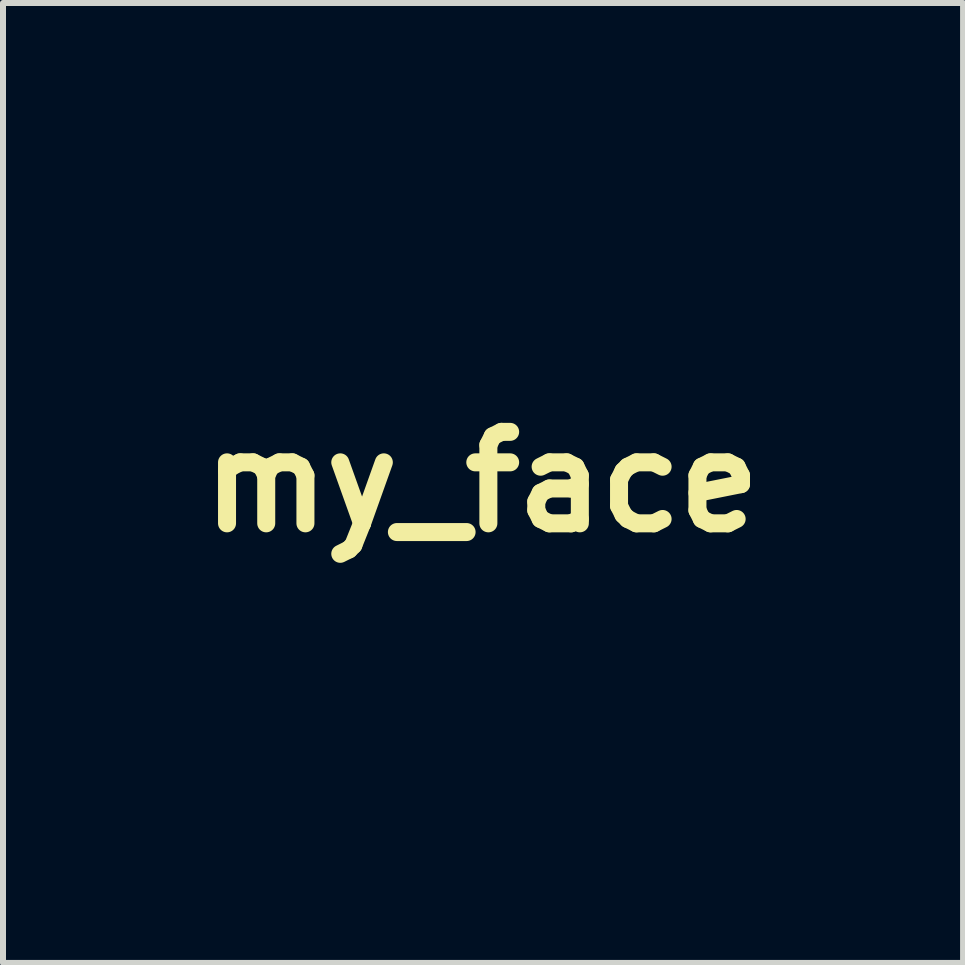
<source format=kicad_pcb>
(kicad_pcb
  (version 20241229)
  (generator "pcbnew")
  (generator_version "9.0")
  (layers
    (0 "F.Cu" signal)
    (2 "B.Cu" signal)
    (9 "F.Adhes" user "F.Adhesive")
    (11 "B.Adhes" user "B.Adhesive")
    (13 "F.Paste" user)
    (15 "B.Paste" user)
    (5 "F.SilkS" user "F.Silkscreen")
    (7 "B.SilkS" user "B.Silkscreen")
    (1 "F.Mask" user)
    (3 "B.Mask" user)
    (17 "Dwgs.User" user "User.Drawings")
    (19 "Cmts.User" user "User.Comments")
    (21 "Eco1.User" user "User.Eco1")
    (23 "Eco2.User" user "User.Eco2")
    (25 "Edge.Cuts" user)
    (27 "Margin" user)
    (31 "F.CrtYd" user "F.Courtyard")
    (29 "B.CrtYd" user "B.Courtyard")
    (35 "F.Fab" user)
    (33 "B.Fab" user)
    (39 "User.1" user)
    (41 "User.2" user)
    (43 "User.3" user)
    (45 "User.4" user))
  (footprint "my_face"
    (layer "F.Cu")
    (at 4.978 4.98)
    (property "Reference" "my_face" (at 0 0 0) (layer "F.SilkS") (effects (font (size 1.524 1.524) (thickness 0.3))))
    (attr through_hole)
    (fp_poly (pts (xy -3.517 -2.824) (xy -3.535 -2.806) (xy -3.552 -2.824) (xy -3.535 -2.842) (xy -3.517 -2.824)) (stroke (width 0.01) (type solid)) (fill no) (layer "Eco2.User"))
    (fp_poly (pts (xy -2.949 0.622) (xy -2.966 0.639) (xy -2.984 0.622) (xy -2.966 0.604) (xy -2.949 0.622)) (stroke (width 0.01) (type solid)) (fill no) (layer "Eco2.User"))
    (fp_poly (pts (xy -2.877 0.551) (xy -2.895 0.568) (xy -2.913 0.551) (xy -2.895 0.533) (xy -2.877 0.551)) (stroke (width 0.01) (type solid)) (fill no) (layer "Eco2.User"))
    (fp_poly (pts (xy -2.06 -4.636) (xy -2.078 -4.618) (xy -2.096 -4.636) (xy -2.078 -4.654) (xy -2.06 -4.636)) (stroke (width 0.01) (type solid)) (fill no) (layer "Eco2.User"))
    (fp_poly (pts (xy -1.954 2.611) (xy -1.972 2.629) (xy -1.989 2.611) (xy -1.972 2.593) (xy -1.954 2.611)) (stroke (width 0.01) (type solid)) (fill no) (layer "Eco2.User"))
    (fp_poly (pts (xy -1.705 2.54) (xy -1.723 2.558) (xy -1.741 2.54) (xy -1.723 2.522) (xy -1.705 2.54)) (stroke (width 0.01) (type solid)) (fill no) (layer "Eco2.User"))
    (fp_poly (pts (xy -1.634 2.54) (xy -1.652 2.558) (xy -1.67 2.54) (xy -1.652 2.522) (xy -1.634 2.54)) (stroke (width 0.01) (type solid)) (fill no) (layer "Eco2.User"))
    (fp_poly (pts (xy -1.279 2.54) (xy -1.297 2.558) (xy -1.314 2.54) (xy -1.297 2.522) (xy -1.279 2.54)) (stroke (width 0.01) (type solid)) (fill no) (layer "Eco2.User"))
    (fp_poly (pts (xy -1.137 -0.409) (xy -1.155 -0.391) (xy -1.172 -0.409) (xy -1.155 -0.426) (xy -1.137 -0.409)) (stroke (width 0.01) (type solid)) (fill no) (layer "Eco2.User"))
    (fp_poly (pts (xy -0.995 2.043) (xy -1.012 2.06) (xy -1.03 2.043) (xy -1.012 2.025) (xy -0.995 2.043)) (stroke (width 0.01) (type solid)) (fill no) (layer "Eco2.User"))
    (fp_poly (pts (xy -0.924 2.078) (xy -0.941 2.096) (xy -0.959 2.078) (xy -0.941 2.06) (xy -0.924 2.078)) (stroke (width 0.01) (type solid)) (fill no) (layer "Eco2.User"))
    (fp_poly (pts (xy -0.924 2.789) (xy -0.941 2.806) (xy -0.959 2.789) (xy -0.941 2.771) (xy -0.924 2.789)) (stroke (width 0.01) (type solid)) (fill no) (layer "Eco2.User"))
    (fp_poly (pts (xy -0.888 2.185) (xy -0.906 2.203) (xy -0.924 2.185) (xy -0.906 2.167) (xy -0.888 2.185)) (stroke (width 0.01) (type solid)) (fill no) (layer "Eco2.User"))
    (fp_poly (pts (xy -0.817 2.185) (xy -0.835 2.203) (xy -0.853 2.185) (xy -0.835 2.167) (xy -0.817 2.185)) (stroke (width 0.01) (type solid)) (fill no) (layer "Eco2.User"))
    (fp_poly (pts (xy -0.817 4.743) (xy -0.835 4.76) (xy -0.853 4.743) (xy -0.835 4.725) (xy -0.817 4.743)) (stroke (width 0.01) (type solid)) (fill no) (layer "Eco2.User"))
    (fp_poly (pts (xy -0.782 4.885) (xy -0.799 4.902) (xy -0.817 4.885) (xy -0.799 4.867) (xy -0.782 4.885)) (stroke (width 0.01) (type solid)) (fill no) (layer "Eco2.User"))
    (fp_poly (pts (xy -0.71 -2.433) (xy -0.728 -2.416) (xy -0.746 -2.433) (xy -0.728 -2.451) (xy -0.71 -2.433)) (stroke (width 0.01) (type solid)) (fill no) (layer "Eco2.User"))
    (fp_poly (pts (xy -0.675 -1.155) (xy -0.693 -1.137) (xy -0.71 -1.155) (xy -0.693 -1.172) (xy -0.675 -1.155)) (stroke (width 0.01) (type solid)) (fill no) (layer "Eco2.User"))
    (fp_poly (pts (xy -0.639 -1.83) (xy -0.657 -1.812) (xy -0.675 -1.83) (xy -0.657 -1.847) (xy -0.639 -1.83)) (stroke (width 0.01) (type solid)) (fill no) (layer "Eco2.User"))
    (fp_poly (pts (xy -0.604 4.849) (xy -0.622 4.867) (xy -0.639 4.849) (xy -0.622 4.831) (xy -0.604 4.849)) (stroke (width 0.01) (type solid)) (fill no) (layer "Eco2.User"))
    (fp_poly (pts (xy -0.568 -2.433) (xy -0.586 -2.416) (xy -0.604 -2.433) (xy -0.586 -2.451) (xy -0.568 -2.433)) (stroke (width 0.01) (type solid)) (fill no) (layer "Eco2.User"))
    (fp_poly (pts (xy -0.426 -4.671) (xy -0.444 -4.654) (xy -0.462 -4.671) (xy -0.444 -4.689) (xy -0.426 -4.671)) (stroke (width 0.01) (type solid)) (fill no) (layer "Eco2.User"))
    (fp_poly (pts (xy -0.426 -3.144) (xy -0.444 -3.126) (xy -0.462 -3.144) (xy -0.444 -3.162) (xy -0.426 -3.144)) (stroke (width 0.01) (type solid)) (fill no) (layer "Eco2.User"))
    (fp_poly (pts (xy -0.391 -4.743) (xy -0.409 -4.725) (xy -0.426 -4.743) (xy -0.409 -4.76) (xy -0.391 -4.743)) (stroke (width 0.01) (type solid)) (fill no) (layer "Eco2.User"))
    (fp_poly (pts (xy -0.391 -1.332) (xy -0.409 -1.314) (xy -0.426 -1.332) (xy -0.409 -1.35) (xy -0.391 -1.332)) (stroke (width 0.01) (type solid)) (fill no) (layer "Eco2.User"))
    (fp_poly (pts (xy -0.391 4.885) (xy -0.409 4.902) (xy -0.426 4.885) (xy -0.409 4.867) (xy -0.391 4.885)) (stroke (width 0.01) (type solid)) (fill no) (layer "Eco2.User"))
    (fp_poly (pts (xy -0.355 -1.439) (xy -0.373 -1.421) (xy -0.391 -1.439) (xy -0.373 -1.457) (xy -0.355 -1.439)) (stroke (width 0.01) (type solid)) (fill no) (layer "Eco2.User"))
    (fp_poly (pts (xy -0.32 -4.814) (xy -0.337 -4.796) (xy -0.355 -4.814) (xy -0.337 -4.831) (xy -0.32 -4.814)) (stroke (width 0.01) (type solid)) (fill no) (layer "Eco2.User"))
    (fp_poly (pts (xy -0.32 4.565) (xy -0.337 4.583) (xy -0.355 4.565) (xy -0.337 4.547) (xy -0.32 4.565)) (stroke (width 0.01) (type solid)) (fill no) (layer "Eco2.User"))
    (fp_poly (pts (xy -0.213 -1.012) (xy -0.231 -0.995) (xy -0.249 -1.012) (xy -0.231 -1.03) (xy -0.213 -1.012)) (stroke (width 0.01) (type solid)) (fill no) (layer "Eco2.User"))
    (fp_poly (pts (xy -0.036 -1.474) (xy -0.053 -1.457) (xy -0.071 -1.474) (xy -0.053 -1.492) (xy -0.036 -1.474)) (stroke (width 0.01) (type solid)) (fill no) (layer "Eco2.User"))
    (fp_poly (pts (xy 0 -1.616) (xy -0.018 -1.599) (xy -0.036 -1.616) (xy -0.018 -1.634) (xy 0 -1.616)) (stroke (width 0.01) (type solid)) (fill no) (layer "Eco2.User"))
    (fp_poly (pts (xy 0 -1.226) (xy -0.018 -1.208) (xy -0.036 -1.226) (xy -0.018 -1.243) (xy 0 -1.226)) (stroke (width 0.01) (type solid)) (fill no) (layer "Eco2.User"))
    (fp_poly (pts (xy 0.071 -1.048) (xy 0.053 -1.03) (xy 0.036 -1.048) (xy 0.053 -1.066) (xy 0.071 -1.048)) (stroke (width 0.01) (type solid)) (fill no) (layer "Eco2.User"))
    (fp_poly (pts (xy 0.071 -0.764) (xy 0.053 -0.746) (xy 0.036 -0.764) (xy 0.053 -0.782) (xy 0.071 -0.764)) (stroke (width 0.01) (type solid)) (fill no) (layer "Eco2.User"))
    (fp_poly (pts (xy 0.107 -1.261) (xy 0.089 -1.243) (xy 0.071 -1.261) (xy 0.089 -1.279) (xy 0.107 -1.261)) (stroke (width 0.01) (type solid)) (fill no) (layer "Eco2.User"))
    (fp_poly (pts (xy 0.107 -0.906) (xy 0.089 -0.888) (xy 0.071 -0.906) (xy 0.089 -0.924) (xy 0.107 -0.906)) (stroke (width 0.01) (type solid)) (fill no) (layer "Eco2.User"))
    (fp_poly (pts (xy 0.142 4.032) (xy 0.124 4.05) (xy 0.107 4.032) (xy 0.124 4.014) (xy 0.142 4.032)) (stroke (width 0.01) (type solid)) (fill no) (layer "Eco2.User"))
    (fp_poly (pts (xy 0.249 4.6) (xy 0.231 4.618) (xy 0.213 4.6) (xy 0.231 4.583) (xy 0.249 4.6)) (stroke (width 0.01) (type solid)) (fill no) (layer "Eco2.User"))
    (fp_poly (pts (xy 0.284 -0.124) (xy 0.266 -0.107) (xy 0.249 -0.124) (xy 0.266 -0.142) (xy 0.284 -0.124)) (stroke (width 0.01) (type solid)) (fill no) (layer "Eco2.User"))
    (fp_poly (pts (xy 0.32 0.16) (xy 0.302 0.178) (xy 0.284 0.16) (xy 0.302 0.142) (xy 0.32 0.16)) (stroke (width 0.01) (type solid)) (fill no) (layer "Eco2.User"))
    (fp_poly (pts (xy 0.355 -1.119) (xy 0.337 -1.101) (xy 0.32 -1.119) (xy 0.337 -1.137) (xy 0.355 -1.119)) (stroke (width 0.01) (type solid)) (fill no) (layer "Eco2.User"))
    (fp_poly (pts (xy 0.391 -0.089) (xy 0.373 -0.071) (xy 0.355 -0.089) (xy 0.373 -0.107) (xy 0.391 -0.089)) (stroke (width 0.01) (type solid)) (fill no) (layer "Eco2.User"))
    (fp_poly (pts (xy 0.426 -0.977) (xy 0.409 -0.959) (xy 0.391 -0.977) (xy 0.409 -0.995) (xy 0.426 -0.977)) (stroke (width 0.01) (type solid)) (fill no) (layer "Eco2.User"))
    (fp_poly (pts (xy 0.426 4.458) (xy 0.409 4.476) (xy 0.391 4.458) (xy 0.409 4.441) (xy 0.426 4.458)) (stroke (width 0.01) (type solid)) (fill no) (layer "Eco2.User"))
    (fp_poly (pts (xy 0.462 -1.048) (xy 0.444 -1.03) (xy 0.426 -1.048) (xy 0.444 -1.066) (xy 0.462 -1.048)) (stroke (width 0.01) (type solid)) (fill no) (layer "Eco2.User"))
    (fp_poly (pts (xy 0.533 4.778) (xy 0.515 4.796) (xy 0.497 4.778) (xy 0.515 4.76) (xy 0.533 4.778)) (stroke (width 0.01) (type solid)) (fill no) (layer "Eco2.User"))
    (fp_poly (pts (xy 0.568 -1.083) (xy 0.551 -1.066) (xy 0.533 -1.083) (xy 0.551 -1.101) (xy 0.568 -1.083)) (stroke (width 0.01) (type solid)) (fill no) (layer "Eco2.User"))
    (fp_poly (pts (xy 0.604 4.565) (xy 0.586 4.583) (xy 0.568 4.565) (xy 0.586 4.547) (xy 0.604 4.565)) (stroke (width 0.01) (type solid)) (fill no) (layer "Eco2.User"))
    (fp_poly (pts (xy 0.639 4.174) (xy 0.622 4.192) (xy 0.604 4.174) (xy 0.622 4.156) (xy 0.639 4.174)) (stroke (width 0.01) (type solid)) (fill no) (layer "Eco2.User"))
    (fp_poly (pts (xy 0.71 -1.012) (xy 0.693 -0.995) (xy 0.675 -1.012) (xy 0.693 -1.03) (xy 0.71 -1.012)) (stroke (width 0.01) (type solid)) (fill no) (layer "Eco2.User"))
    (fp_poly (pts (xy 0.71 -0.906) (xy 0.693 -0.888) (xy 0.675 -0.906) (xy 0.693 -0.924) (xy 0.71 -0.906)) (stroke (width 0.01) (type solid)) (fill no) (layer "Eco2.User"))
    (fp_poly (pts (xy 0.782 -0.941) (xy 0.764 -0.924) (xy 0.746 -0.941) (xy 0.764 -0.959) (xy 0.782 -0.941)) (stroke (width 0.01) (type solid)) (fill no) (layer "Eco2.User"))
    (fp_poly (pts (xy 0.817 1.119) (xy 0.799 1.137) (xy 0.782 1.119) (xy 0.799 1.101) (xy 0.817 1.119)) (stroke (width 0.01) (type solid)) (fill no) (layer "Eco2.User"))
    (fp_poly (pts (xy 0.853 0.835) (xy 0.835 0.853) (xy 0.817 0.835) (xy 0.835 0.817) (xy 0.853 0.835)) (stroke (width 0.01) (type solid)) (fill no) (layer "Eco2.User"))
    (fp_poly (pts (xy 0.853 1.048) (xy 0.835 1.066) (xy 0.817 1.048) (xy 0.835 1.03) (xy 0.853 1.048)) (stroke (width 0.01) (type solid)) (fill no) (layer "Eco2.User"))
    (fp_poly (pts (xy 0.924 0.977) (xy 0.906 0.995) (xy 0.888 0.977) (xy 0.906 0.959) (xy 0.924 0.977)) (stroke (width 0.01) (type solid)) (fill no) (layer "Eco2.User"))
    (fp_poly (pts (xy 0.959 1.794) (xy 0.941 1.812) (xy 0.924 1.794) (xy 0.941 1.776) (xy 0.959 1.794)) (stroke (width 0.01) (type solid)) (fill no) (layer "Eco2.User"))
    (fp_poly (pts (xy 1.03 0.906) (xy 1.012 0.924) (xy 0.995 0.906) (xy 1.012 0.888) (xy 1.03 0.906)) (stroke (width 0.01) (type solid)) (fill no) (layer "Eco2.User"))
    (fp_poly (pts (xy 1.066 -0.337) (xy 1.048 -0.32) (xy 1.03 -0.337) (xy 1.048 -0.355) (xy 1.066 -0.337)) (stroke (width 0.01) (type solid)) (fill no) (layer "Eco2.User"))
    (fp_poly (pts (xy 1.066 1.155) (xy 1.048 1.172) (xy 1.03 1.155) (xy 1.048 1.137) (xy 1.066 1.155)) (stroke (width 0.01) (type solid)) (fill no) (layer "Eco2.User"))
    (fp_poly (pts (xy 1.066 4.743) (xy 1.048 4.76) (xy 1.03 4.743) (xy 1.048 4.725) (xy 1.066 4.743)) (stroke (width 0.01) (type solid)) (fill no) (layer "Eco2.User"))
    (fp_poly (pts (xy 1.101 1.261) (xy 1.083 1.279) (xy 1.066 1.261) (xy 1.083 1.243) (xy 1.101 1.261)) (stroke (width 0.01) (type solid)) (fill no) (layer "Eco2.User"))
    (fp_poly (pts (xy 1.137 0.941) (xy 1.119 0.959) (xy 1.101 0.941) (xy 1.119 0.924) (xy 1.137 0.941)) (stroke (width 0.01) (type solid)) (fill no) (layer "Eco2.User"))
    (fp_poly (pts (xy 1.137 1.048) (xy 1.119 1.066) (xy 1.101 1.048) (xy 1.119 1.03) (xy 1.137 1.048)) (stroke (width 0.01) (type solid)) (fill no) (layer "Eco2.User"))
    (fp_poly (pts (xy 1.172 1.261) (xy 1.155 1.279) (xy 1.137 1.261) (xy 1.155 1.243) (xy 1.172 1.261)) (stroke (width 0.01) (type solid)) (fill no) (layer "Eco2.User"))
    (fp_poly (pts (xy 1.208 1.048) (xy 1.19 1.066) (xy 1.172 1.048) (xy 1.19 1.03) (xy 1.208 1.048)) (stroke (width 0.01) (type solid)) (fill no) (layer "Eco2.User"))
    (fp_poly (pts (xy 1.243 -0.16) (xy 1.226 -0.142) (xy 1.208 -0.16) (xy 1.226 -0.178) (xy 1.243 -0.16)) (stroke (width 0.01) (type solid)) (fill no) (layer "Eco2.User"))
    (fp_poly (pts (xy 1.243 0.906) (xy 1.226 0.924) (xy 1.208 0.906) (xy 1.226 0.888) (xy 1.243 0.906)) (stroke (width 0.01) (type solid)) (fill no) (layer "Eco2.User"))
    (fp_poly (pts (xy 1.279 1.616) (xy 1.261 1.634) (xy 1.243 1.616) (xy 1.261 1.599) (xy 1.279 1.616)) (stroke (width 0.01) (type solid)) (fill no) (layer "Eco2.User"))
    (fp_poly (pts (xy 1.279 3.144) (xy 1.261 3.162) (xy 1.243 3.144) (xy 1.261 3.126) (xy 1.279 3.144)) (stroke (width 0.01) (type solid)) (fill no) (layer "Eco2.User"))
    (fp_poly (pts (xy 1.314 -1.226) (xy 1.297 -1.208) (xy 1.279 -1.226) (xy 1.297 -1.243) (xy 1.314 -1.226)) (stroke (width 0.01) (type solid)) (fill no) (layer "Eco2.User"))
    (fp_poly (pts (xy 1.314 1.794) (xy 1.297 1.812) (xy 1.279 1.794) (xy 1.297 1.776) (xy 1.314 1.794)) (stroke (width 0.01) (type solid)) (fill no) (layer "Eco2.User"))
    (fp_poly (pts (xy 1.35 1.545) (xy 1.332 1.563) (xy 1.314 1.545) (xy 1.332 1.528) (xy 1.35 1.545)) (stroke (width 0.01) (type solid)) (fill no) (layer "Eco2.User"))
    (fp_poly (pts (xy 1.385 4.743) (xy 1.368 4.76) (xy 1.35 4.743) (xy 1.368 4.725) (xy 1.385 4.743)) (stroke (width 0.01) (type solid)) (fill no) (layer "Eco2.User"))
    (fp_poly (pts (xy 1.421 1.119) (xy 1.403 1.137) (xy 1.385 1.119) (xy 1.403 1.101) (xy 1.421 1.119)) (stroke (width 0.01) (type solid)) (fill no) (layer "Eco2.User"))
    (fp_poly (pts (xy 1.457 3.854) (xy 1.439 3.872) (xy 1.421 3.854) (xy 1.439 3.837) (xy 1.457 3.854)) (stroke (width 0.01) (type solid)) (fill no) (layer "Eco2.User"))
    (fp_poly (pts (xy 1.457 4.814) (xy 1.439 4.831) (xy 1.421 4.814) (xy 1.439 4.796) (xy 1.457 4.814)) (stroke (width 0.01) (type solid)) (fill no) (layer "Eco2.User"))
    (fp_poly (pts (xy 1.492 1.545) (xy 1.474 1.563) (xy 1.457 1.545) (xy 1.474 1.528) (xy 1.492 1.545)) (stroke (width 0.01) (type solid)) (fill no) (layer "Eco2.User"))
    (fp_poly (pts (xy 1.563 3.286) (xy 1.545 3.304) (xy 1.528 3.286) (xy 1.545 3.268) (xy 1.563 3.286)) (stroke (width 0.01) (type solid)) (fill no) (layer "Eco2.User"))
    (fp_poly (pts (xy 1.599 0.231) (xy 1.581 0.249) (xy 1.563 0.231) (xy 1.581 0.213) (xy 1.599 0.231)) (stroke (width 0.01) (type solid)) (fill no) (layer "Eco2.User"))
    (fp_poly (pts (xy 1.634 3.322) (xy 1.616 3.339) (xy 1.599 3.322) (xy 1.616 3.304) (xy 1.634 3.322)) (stroke (width 0.01) (type solid)) (fill no) (layer "Eco2.User"))
    (fp_poly (pts (xy 1.776 3.286) (xy 1.758 3.304) (xy 1.741 3.286) (xy 1.758 3.268) (xy 1.776 3.286)) (stroke (width 0.01) (type solid)) (fill no) (layer "Eco2.User"))
    (fp_poly (pts (xy 1.812 3.854) (xy 1.794 3.872) (xy 1.776 3.854) (xy 1.794 3.837) (xy 1.812 3.854)) (stroke (width 0.01) (type solid)) (fill no) (layer "Eco2.User"))
    (fp_poly (pts (xy 1.847 3.535) (xy 1.83 3.552) (xy 1.812 3.535) (xy 1.83 3.517) (xy 1.847 3.535)) (stroke (width 0.01) (type solid)) (fill no) (layer "Eco2.User"))
    (fp_poly (pts (xy 1.883 1.652) (xy 1.865 1.67) (xy 1.847 1.652) (xy 1.865 1.634) (xy 1.883 1.652)) (stroke (width 0.01) (type solid)) (fill no) (layer "Eco2.User"))
    (fp_poly (pts (xy 1.954 4.387) (xy 1.936 4.405) (xy 1.918 4.387) (xy 1.936 4.37) (xy 1.954 4.387)) (stroke (width 0.01) (type solid)) (fill no) (layer "Eco2.User"))
    (fp_poly (pts (xy 1.954 4.529) (xy 1.936 4.547) (xy 1.918 4.529) (xy 1.936 4.512) (xy 1.954 4.529)) (stroke (width 0.01) (type solid)) (fill no) (layer "Eco2.User"))
    (fp_poly (pts (xy 1.989 4.103) (xy 1.972 4.121) (xy 1.954 4.103) (xy 1.972 4.085) (xy 1.989 4.103)) (stroke (width 0.01) (type solid)) (fill no) (layer "Eco2.User"))
    (fp_poly (pts (xy 2.06 4.458) (xy 2.043 4.476) (xy 2.025 4.458) (xy 2.043 4.441) (xy 2.06 4.458)) (stroke (width 0.01) (type solid)) (fill no) (layer "Eco2.User"))
    (fp_poly (pts (xy 2.167 4.6) (xy 2.149 4.618) (xy 2.131 4.6) (xy 2.149 4.583) (xy 2.167 4.6)) (stroke (width 0.01) (type solid)) (fill no) (layer "Eco2.User"))
    (fp_poly (pts (xy 2.274 4.458) (xy 2.256 4.476) (xy 2.238 4.458) (xy 2.256 4.441) (xy 2.274 4.458)) (stroke (width 0.01) (type solid)) (fill no) (layer "Eco2.User"))
    (fp_poly (pts (xy 2.38 -2.647) (xy 2.362 -2.629) (xy 2.345 -2.647) (xy 2.362 -2.664) (xy 2.38 -2.647)) (stroke (width 0.01) (type solid)) (fill no) (layer "Eco2.User"))
    (fp_poly (pts (xy 2.38 4.6) (xy 2.362 4.618) (xy 2.345 4.6) (xy 2.362 4.583) (xy 2.38 4.6)) (stroke (width 0.01) (type solid)) (fill no) (layer "Eco2.User"))
    (fp_poly (pts (xy 2.487 4.849) (xy 2.469 4.867) (xy 2.451 4.849) (xy 2.469 4.831) (xy 2.487 4.849)) (stroke (width 0.01) (type solid)) (fill no) (layer "Eco2.User"))
    (fp_poly (pts (xy 2.664 -2.256) (xy 2.647 -2.238) (xy 2.629 -2.256) (xy 2.647 -2.274) (xy 2.664 -2.256)) (stroke (width 0.01) (type solid)) (fill no) (layer "Eco2.User"))
    (fp_poly (pts (xy 2.735 -2.682) (xy 2.718 -2.664) (xy 2.7 -2.682) (xy 2.718 -2.7) (xy 2.735 -2.682)) (stroke (width 0.01) (type solid)) (fill no) (layer "Eco2.User"))
    (fp_poly (pts (xy 2.771 -2.327) (xy 2.753 -2.309) (xy 2.735 -2.327) (xy 2.753 -2.345) (xy 2.771 -2.327)) (stroke (width 0.01) (type solid)) (fill no) (layer "Eco2.User"))
    (fp_poly (pts (xy 2.949 -4.281) (xy 2.931 -4.263) (xy 2.913 -4.281) (xy 2.931 -4.298) (xy 2.949 -4.281)) (stroke (width 0.01) (type solid)) (fill no) (layer "Eco2.User"))
    (fp_poly (pts (xy 3.02 4.458) (xy 3.002 4.476) (xy 2.984 4.458) (xy 3.002 4.441) (xy 3.02 4.458)) (stroke (width 0.01) (type solid)) (fill no) (layer "Eco2.User"))
    (fp_poly (pts (xy 3.091 4.671) (xy 3.073 4.689) (xy 3.055 4.671) (xy 3.073 4.654) (xy 3.091 4.671)) (stroke (width 0.01) (type solid)) (fill no) (layer "Eco2.User"))
    (fp_poly (pts (xy 3.091 4.956) (xy 3.073 4.973) (xy 3.055 4.956) (xy 3.073 4.938) (xy 3.091 4.956)) (stroke (width 0.01) (type solid)) (fill no) (layer "Eco2.User"))
    (fp_poly (pts (xy 3.268 4.885) (xy 3.25 4.902) (xy 3.233 4.885) (xy 3.25 4.867) (xy 3.268 4.885)) (stroke (width 0.01) (type solid)) (fill no) (layer "Eco2.User"))
    (fp_poly (pts (xy 3.339 4.529) (xy 3.322 4.547) (xy 3.304 4.529) (xy 3.322 4.512) (xy 3.339 4.529)) (stroke (width 0.01) (type solid)) (fill no) (layer "Eco2.User"))
    (fp_poly (pts (xy 3.446 1.758) (xy 3.428 1.776) (xy 3.41 1.758) (xy 3.428 1.741) (xy 3.446 1.758)) (stroke (width 0.01) (type solid)) (fill no) (layer "Eco2.User"))
    (fp_poly (pts (xy 3.517 4.778) (xy 3.499 4.796) (xy 3.481 4.778) (xy 3.499 4.76) (xy 3.517 4.778)) (stroke (width 0.01) (type solid)) (fill no) (layer "Eco2.User"))
    (fp_poly (pts (xy 3.73 -3.783) (xy 3.712 -3.766) (xy 3.695 -3.783) (xy 3.712 -3.801) (xy 3.73 -3.783)) (stroke (width 0.01) (type solid)) (fill no) (layer "Eco2.User"))
    (fp_poly (pts (xy 3.766 1.297) (xy 3.748 1.314) (xy 3.73 1.297) (xy 3.748 1.279) (xy 3.766 1.297)) (stroke (width 0.01) (type solid)) (fill no) (layer "Eco2.User"))
    (fp_poly (pts (xy 3.766 4.778) (xy 3.748 4.796) (xy 3.73 4.778) (xy 3.748 4.76) (xy 3.766 4.778)) (stroke (width 0.01) (type solid)) (fill no) (layer "Eco2.User"))
    (fp_poly (pts (xy 3.801 -3.641) (xy 3.783 -3.623) (xy 3.766 -3.641) (xy 3.783 -3.659) (xy 3.801 -3.641)) (stroke (width 0.01) (type solid)) (fill no) (layer "Eco2.User"))
    (fp_poly (pts (xy 3.872 4.032) (xy 3.854 4.05) (xy 3.837 4.032) (xy 3.854 4.014) (xy 3.872 4.032)) (stroke (width 0.01) (type solid)) (fill no) (layer "Eco2.User"))
    (fp_poly (pts (xy 3.872 4.494) (xy 3.854 4.512) (xy 3.837 4.494) (xy 3.854 4.476) (xy 3.872 4.494)) (stroke (width 0.01) (type solid)) (fill no) (layer "Eco2.User"))
    (fp_poly (pts (xy 3.908 4.92) (xy 3.89 4.938) (xy 3.872 4.92) (xy 3.89 4.902) (xy 3.908 4.92)) (stroke (width 0.01) (type solid)) (fill no) (layer "Eco2.User"))
    (fp_poly (pts (xy 3.943 2.043) (xy 3.925 2.06) (xy 3.908 2.043) (xy 3.925 2.025) (xy 3.943 2.043)) (stroke (width 0.01) (type solid)) (fill no) (layer "Eco2.User"))
    (fp_poly (pts (xy 4.014 2.647) (xy 3.997 2.664) (xy 3.979 2.647) (xy 3.997 2.629) (xy 4.014 2.647)) (stroke (width 0.01) (type solid)) (fill no) (layer "Eco2.User"))
    (fp_poly (pts (xy 4.085 2.433) (xy 4.068 2.451) (xy 4.05 2.433) (xy 4.068 2.416) (xy 4.085 2.433)) (stroke (width 0.01) (type solid)) (fill no) (layer "Eco2.User"))
    (fp_poly (pts (xy 4.192 3.179) (xy 4.174 3.197) (xy 4.156 3.179) (xy 4.174 3.162) (xy 4.192 3.179)) (stroke (width 0.01) (type solid)) (fill no) (layer "Eco2.User"))
    (fp_poly (pts (xy 4.227 3.925) (xy 4.21 3.943) (xy 4.192 3.925) (xy 4.21 3.908) (xy 4.227 3.925)) (stroke (width 0.01) (type solid)) (fill no) (layer "Eco2.User"))
    (fp_poly (pts (xy 4.298 4.068) (xy 4.281 4.085) (xy 4.263 4.068) (xy 4.281 4.05) (xy 4.298 4.068)) (stroke (width 0.01) (type solid)) (fill no) (layer "Eco2.User"))
    (fp_poly (pts (xy 4.37 -1.972) (xy 4.352 -1.954) (xy 4.334 -1.972) (xy 4.352 -1.989) (xy 4.37 -1.972)) (stroke (width 0.01) (type solid)) (fill no) (layer "Eco2.User"))
    (fp_poly (pts (xy 4.37 0.089) (xy 4.352 0.107) (xy 4.334 0.089) (xy 4.352 0.071) (xy 4.37 0.089)) (stroke (width 0.01) (type solid)) (fill no) (layer "Eco2.User"))
    (fp_poly (pts (xy 4.37 2.718) (xy 4.352 2.735) (xy 4.334 2.718) (xy 4.352 2.7) (xy 4.37 2.718)) (stroke (width 0.01) (type solid)) (fill no) (layer "Eco2.User"))
    (fp_poly (pts (xy 4.405 -1.687) (xy 4.387 -1.67) (xy 4.37 -1.687) (xy 4.387 -1.705) (xy 4.405 -1.687)) (stroke (width 0.01) (type solid)) (fill no) (layer "Eco2.User"))
    (fp_poly (pts (xy 4.441 4.245) (xy 4.423 4.263) (xy 4.405 4.245) (xy 4.423 4.227) (xy 4.441 4.245)) (stroke (width 0.01) (type solid)) (fill no) (layer "Eco2.User"))
    (fp_poly (pts (xy 4.512 -1.581) (xy 4.494 -1.563) (xy 4.476 -1.581) (xy 4.494 -1.599) (xy 4.512 -1.581)) (stroke (width 0.01) (type solid)) (fill no) (layer "Eco2.User"))
    (fp_poly (pts (xy 4.547 4.92) (xy 4.529 4.938) (xy 4.512 4.92) (xy 4.529 4.902) (xy 4.547 4.92)) (stroke (width 0.01) (type solid)) (fill no) (layer "Eco2.User"))
    (fp_poly (pts (xy 4.583 3.535) (xy 4.565 3.552) (xy 4.547 3.535) (xy 4.565 3.517) (xy 4.583 3.535)) (stroke (width 0.01) (type solid)) (fill no) (layer "Eco2.User"))
    (fp_poly (pts (xy 4.76 4.849) (xy 4.743 4.867) (xy 4.725 4.849) (xy 4.743 4.831) (xy 4.76 4.849)) (stroke (width 0.01) (type solid)) (fill no) (layer "Eco2.User"))
    (fp_poly (pts (xy 4.796 4.281) (xy 4.778 4.298) (xy 4.76 4.281) (xy 4.778 4.263) (xy 4.796 4.281)) (stroke (width 0.01) (type solid)) (fill no) (layer "Eco2.User"))
    (fp_poly (pts (xy 4.867 -1.368) (xy 4.849 -1.35) (xy 4.831 -1.368) (xy 4.849 -1.385) (xy 4.867 -1.368)) (stroke (width 0.01) (type solid)) (fill no) (layer "Eco2.User"))
    (fp_poly (pts (xy 4.902 -3.748) (xy 4.885 -3.73) (xy 4.867 -3.748) (xy 4.885 -3.766) (xy 4.902 -3.748)) (stroke (width 0.01) (type solid)) (fill no) (layer "Eco2.User"))
    (fp_poly (pts (xy 4.938 4.174) (xy 4.92 4.192) (xy 4.902 4.174) (xy 4.92 4.156) (xy 4.938 4.174)) (stroke (width 0.01) (type solid)) (fill no) (layer "Eco2.User"))
    (fp_poly (pts (xy 4.938 4.316) (xy 4.92 4.334) (xy 4.902 4.316) (xy 4.92 4.298) (xy 4.938 4.316)) (stroke (width 0.01) (type solid)) (fill no) (layer "Eco2.User"))
    (fp_poly (pts (xy -3.351 -1.729) (xy -3.347 -1.687) (xy -3.351 -1.681) (xy -3.372 -1.686) (xy -3.375 -1.705) (xy -3.362 -1.734) (xy -3.351 -1.729)) (stroke (width 0.01) (type solid)) (fill no) (layer "Eco2.User"))
    (fp_poly (pts (xy -1.113 2.605) (xy -1.109 2.647) (xy -1.113 2.652) (xy -1.134 2.648) (xy -1.137 2.629) (xy -1.124 2.6) (xy -1.113 2.605)) (stroke (width 0.01) (type solid)) (fill no) (layer "Eco2.User"))
    (fp_poly (pts (xy -0.864 1.966) (xy -0.86 2.008) (xy -0.864 2.013) (xy -0.886 2.008) (xy -0.888 1.989) (xy -0.875 1.96) (xy -0.864 1.966)) (stroke (width 0.01) (type solid)) (fill no) (layer "Eco2.User"))
    (fp_poly (pts (xy -0.722 4.95) (xy -0.727 4.971) (xy -0.746 4.973) (xy -0.775 4.96) (xy -0.77 4.95) (xy -0.728 4.945) (xy -0.722 4.95)) (stroke (width 0.01) (type solid)) (fill no) (layer "Eco2.User"))
    (fp_poly (pts (xy -0.616 2.143) (xy -0.612 2.185) (xy -0.616 2.191) (xy -0.637 2.186) (xy -0.639 2.167) (xy -0.626 2.138) (xy -0.616 2.143)) (stroke (width 0.01) (type solid)) (fill no) (layer "Eco2.User"))
    (fp_poly (pts (xy -0.332 -1.196) (xy -0.327 -1.154) (xy -0.332 -1.149) (xy -0.353 -1.154) (xy -0.355 -1.172) (xy -0.342 -1.202) (xy -0.332 -1.196)) (stroke (width 0.01) (type solid)) (fill no) (layer "Eco2.User"))
    (fp_poly (pts (xy -0.261 -1.445) (xy -0.265 -1.424) (xy -0.284 -1.421) (xy -0.313 -1.434) (xy -0.308 -1.445) (xy -0.266 -1.449) (xy -0.261 -1.445)) (stroke (width 0.01) (type solid)) (fill no) (layer "Eco2.User"))
    (fp_poly (pts (xy -0.083 4.097) (xy -0.079 4.139) (xy -0.083 4.145) (xy -0.104 4.14) (xy -0.107 4.121) (xy -0.094 4.092) (xy -0.083 4.097)) (stroke (width 0.01) (type solid)) (fill no) (layer "Eco2.User"))
    (fp_poly (pts (xy 0.308 -1.018) (xy 0.303 -0.997) (xy 0.284 -0.995) (xy 0.255 -1.008) (xy 0.261 -1.018) (xy 0.303 -1.023) (xy 0.308 -1.018)) (stroke (width 0.01) (type solid)) (fill no) (layer "Eco2.User"))
    (fp_poly (pts (xy 0.486 -4.962) (xy 0.481 -4.94) (xy 0.462 -4.938) (xy 0.433 -4.951) (xy 0.438 -4.962) (xy 0.48 -4.966) (xy 0.486 -4.962)) (stroke (width 0.01) (type solid)) (fill no) (layer "Eco2.User"))
    (fp_poly (pts (xy 0.628 -0.947) (xy 0.623 -0.926) (xy 0.604 -0.924) (xy 0.575 -0.937) (xy 0.58 -0.947) (xy 0.622 -0.952) (xy 0.628 -0.947)) (stroke (width 0.01) (type solid)) (fill no) (layer "Eco2.User"))
    (fp_poly (pts (xy 0.699 -0.841) (xy 0.694 -0.82) (xy 0.675 -0.817) (xy 0.646 -0.83) (xy 0.651 -0.841) (xy 0.693 -0.845) (xy 0.699 -0.841)) (stroke (width 0.01) (type solid)) (fill no) (layer "Eco2.User"))
    (fp_poly (pts (xy 0.734 4.026) (xy 0.738 4.068) (xy 0.734 4.073) (xy 0.713 4.069) (xy 0.71 4.05) (xy 0.723 4.021) (xy 0.734 4.026)) (stroke (width 0.01) (type solid)) (fill no) (layer "Eco2.User"))
    (fp_poly (pts (xy 0.914 -3.112) (xy 0.903 -3.096) (xy 0.867 -3.093) (xy 0.829 -3.102) (xy 0.846 -3.115) (xy 0.901 -3.119) (xy 0.914 -3.112)) (stroke (width 0.01) (type solid)) (fill no) (layer "Eco2.User"))
    (fp_poly (pts (xy 0.947 -4.962) (xy 0.952 -4.919) (xy 0.947 -4.914) (xy 0.926 -4.919) (xy 0.924 -4.938) (xy 0.937 -4.967) (xy 0.947 -4.962)) (stroke (width 0.01) (type solid)) (fill no) (layer "Eco2.User"))
    (fp_poly (pts (xy 1.622 1.22) (xy 1.617 1.241) (xy 1.599 1.243) (xy 1.569 1.23) (xy 1.575 1.22) (xy 1.617 1.215) (xy 1.622 1.22)) (stroke (width 0.01) (type solid)) (fill no) (layer "Eco2.User"))
    (fp_poly (pts (xy 1.8 3.368) (xy 1.805 3.424) (xy 1.798 3.436) (xy 1.782 3.426) (xy 1.779 3.39) (xy 1.788 3.352) (xy 1.8 3.368)) (stroke (width 0.01) (type solid)) (fill no) (layer "Eco2.User"))
    (fp_poly (pts (xy 2.12 4.488) (xy 2.124 4.53) (xy 2.12 4.535) (xy 2.099 4.53) (xy 2.096 4.512) (xy 2.109 4.482) (xy 2.12 4.488)) (stroke (width 0.01) (type solid)) (fill no) (layer "Eco2.User"))
    (fp_poly (pts (xy 2.262 4.666) (xy 2.257 4.687) (xy 2.238 4.689) (xy 2.209 4.676) (xy 2.214 4.666) (xy 2.257 4.661) (xy 2.262 4.666)) (stroke (width 0.01) (type solid)) (fill no) (layer "Eco2.User"))
    (fp_poly (pts (xy 2.368 -2.759) (xy 2.373 -2.717) (xy 2.368 -2.712) (xy 2.347 -2.717) (xy 2.345 -2.735) (xy 2.358 -2.765) (xy 2.368 -2.759)) (stroke (width 0.01) (type solid)) (fill no) (layer "Eco2.User"))
    (fp_poly (pts (xy 2.51 -4.677) (xy 2.506 -4.656) (xy 2.487 -4.654) (xy 2.457 -4.667) (xy 2.463 -4.677) (xy 2.505 -4.682) (xy 2.51 -4.677)) (stroke (width 0.01) (type solid)) (fill no) (layer "Eco2.User"))
    (fp_poly (pts (xy 4.002 3.209) (xy 4.007 3.251) (xy 4.002 3.256) (xy 3.981 3.252) (xy 3.979 3.233) (xy 3.992 3.203) (xy 4.002 3.209)) (stroke (width 0.01) (type solid)) (fill no) (layer "Eco2.User"))
    (fp_poly (pts (xy 4.642 3.351) (xy 4.646 3.393) (xy 4.642 3.399) (xy 4.621 3.394) (xy 4.618 3.375) (xy 4.631 3.346) (xy 4.642 3.351)) (stroke (width 0.01) (type solid)) (fill no) (layer "Eco2.User"))
    (fp_poly (pts (xy 4.926 1.859) (xy 4.921 1.88) (xy 4.902 1.883) (xy 4.873 1.87) (xy 4.879 1.859) (xy 4.921 1.855) (xy 4.926 1.859)) (stroke (width 0.01) (type solid)) (fill no) (layer "Eco2.User"))
    (fp_poly (pts (xy -0.752 1.897) (xy -0.713 1.933) (xy -0.721 1.954) (xy -0.726 1.954) (xy -0.756 1.929) (xy -0.767 1.913) (xy -0.771 1.889) (xy -0.752 1.897)) (stroke (width 0.01) (type solid)) (fill no) (layer "Eco2.User"))
    (fp_poly (pts (xy -0.68 -0.696) (xy -0.642 -0.66) (xy -0.65 -0.64) (xy -0.655 -0.639) (xy -0.685 -0.665) (xy -0.696 -0.68) (xy -0.7 -0.705) (xy -0.68 -0.696)) (stroke (width 0.01) (type solid)) (fill no) (layer "Eco2.User"))
    (fp_poly (pts (xy -0.396 -3.076) (xy -0.358 -3.043) (xy -0.355 -3.035) (xy -0.372 -3.021) (xy -0.407 -3.053) (xy -0.412 -3.061) (xy -0.416 -3.085) (xy -0.396 -3.076)) (stroke (width 0.01) (type solid)) (fill no) (layer "Eco2.User"))
    (fp_poly (pts (xy -0.219 -1.229) (xy -0.18 -1.193) (xy -0.188 -1.173) (xy -0.193 -1.172) (xy -0.223 -1.198) (xy -0.234 -1.213) (xy -0.238 -1.238) (xy -0.219 -1.229)) (stroke (width 0.01) (type solid)) (fill no) (layer "Eco2.User"))
    (fp_poly (pts (xy 0.101 -0.199) (xy 0.139 -0.163) (xy 0.131 -0.142) (xy 0.126 -0.142) (xy 0.096 -0.167) (xy 0.085 -0.183) (xy 0.081 -0.207) (xy 0.101 -0.199)) (stroke (width 0.01) (type solid)) (fill no) (layer "Eco2.User"))
    (fp_poly (pts (xy 0.514 -4.79) (xy 0.502 -4.76) (xy 0.476 -4.732) (xy 0.436 -4.71) (xy 0.426 -4.721) (xy 0.448 -4.764) (xy 0.49 -4.793) (xy 0.514 -4.79)) (stroke (width 0.01) (type solid)) (fill no) (layer "Eco2.User"))
    (fp_poly (pts (xy 1.022 1.042) (xy 1.016 1.061) (xy 0.978 1.078) (xy 0.923 1.082) (xy 0.909 1.072) (xy 0.925 1.048) (xy 0.962 1.04) (xy 1.022 1.042)) (stroke (width 0.01) (type solid)) (fill no) (layer "Eco2.User"))
    (fp_poly (pts (xy 1.06 -4.71) (xy 1.098 -4.675) (xy 1.091 -4.654) (xy 1.086 -4.654) (xy 1.056 -4.679) (xy 1.045 -4.695) (xy 1.04 -4.719) (xy 1.06 -4.71)) (stroke (width 0.01) (type solid)) (fill no) (layer "Eco2.User"))
    (fp_poly (pts (xy 1.07 1.337) (xy 1.098 1.381) (xy 1.092 1.406) (xy 1.06 1.397) (xy 1.031 1.369) (xy 1.008 1.324) (xy 1.024 1.314) (xy 1.07 1.337)) (stroke (width 0.01) (type solid)) (fill no) (layer "Eco2.User"))
    (fp_poly (pts (xy 1.508 1.301) (xy 1.558 1.33) (xy 1.55 1.348) (xy 1.53 1.35) (xy 1.481 1.324) (xy 1.475 1.315) (xy 1.48 1.295) (xy 1.508 1.301)) (stroke (width 0.01) (type solid)) (fill no) (layer "Eco2.User"))
    (fp_poly (pts (xy 1.64 3.403) (xy 1.662 3.439) (xy 1.644 3.473) (xy 1.603 3.481) (xy 1.55 3.466) (xy 1.551 3.427) (xy 1.591 3.386) (xy 1.64 3.403)) (stroke (width 0.01) (type solid)) (fill no) (layer "Eco2.User"))
    (fp_poly (pts (xy 3.224 1.577) (xy 3.291 1.64) (xy 3.301 1.668) (xy 3.292 1.67) (xy 3.263 1.646) (xy 3.212 1.59) (xy 3.144 1.51) (xy 3.224 1.577)) (stroke (width 0.01) (type solid)) (fill no) (layer "Eco2.User"))
    (fp_poly (pts (xy 3.658 4.928) (xy 3.671 4.954) (xy 3.68 5.004) (xy 3.657 4.994) (xy 3.64 4.971) (xy 3.629 4.925) (xy 3.633 4.916) (xy 3.658 4.928)) (stroke (width 0.01) (type solid)) (fill no) (layer "Eco2.User"))
    (fp_poly (pts (xy 4.957 4.447) (xy 4.946 4.474) (xy 4.913 4.492) (xy 4.871 4.502) (xy 4.888 4.476) (xy 4.893 4.472) (xy 4.939 4.444) (xy 4.957 4.447)) (stroke (width 0.01) (type solid)) (fill no) (layer "Eco2.User"))
    (fp_poly (pts (xy -3.421 2.332) (xy -3.428 2.345) (xy -3.462 2.379) (xy -3.468 2.38) (xy -3.47 2.357) (xy -3.464 2.345) (xy -3.43 2.311) (xy -3.424 2.309) (xy -3.421 2.332)) (stroke (width 0.01) (type solid)) (fill no) (layer "Eco2.User"))
    (fp_poly (pts (xy -3.233 1.058) (xy -3.233 1.066) (xy -3.26 1.1) (xy -3.27 1.101) (xy -3.292 1.079) (xy -3.286 1.066) (xy -3.254 1.032) (xy -3.248 1.03) (xy -3.233 1.058)) (stroke (width 0.01) (type solid)) (fill no) (layer "Eco2.User"))
    (fp_poly (pts (xy -2.152 -4.64) (xy -2.149 -4.618) (xy -2.193 -4.584) (xy -2.203 -4.583) (xy -2.249 -4.608) (xy -2.256 -4.618) (xy -2.245 -4.646) (xy -2.203 -4.654) (xy -2.152 -4.64)) (stroke (width 0.01) (type solid)) (fill no) (layer "Eco2.User"))
    (fp_poly (pts (xy -1.282 -4.173) (xy -1.279 -4.161) (xy -1.305 -4.11) (xy -1.314 -4.103) (xy -1.347 -4.105) (xy -1.35 -4.117) (xy -1.324 -4.167) (xy -1.314 -4.174) (xy -1.282 -4.173)) (stroke (width 0.01) (type solid)) (fill no) (layer "Eco2.User"))
    (fp_poly (pts (xy -1.137 1.875) (xy -1.137 1.883) (xy -1.164 1.917) (xy -1.174 1.918) (xy -1.196 1.897) (xy -1.19 1.883) (xy -1.158 1.849) (xy -1.152 1.847) (xy -1.137 1.875)) (stroke (width 0.01) (type solid)) (fill no) (layer "Eco2.User"))
    (fp_poly (pts (xy -0.569 -1.358) (xy -0.568 -1.35) (xy -0.596 -1.316) (xy -0.606 -1.314) (xy -0.627 -1.336) (xy -0.622 -1.35) (xy -0.59 -1.384) (xy -0.584 -1.385) (xy -0.569 -1.358)) (stroke (width 0.01) (type solid)) (fill no) (layer "Eco2.User"))
    (fp_poly (pts (xy -0.546 2.064) (xy -0.544 2.07) (xy -0.539 2.147) (xy -0.545 2.177) (xy -0.557 2.178) (xy -0.562 2.122) (xy -0.561 2.114) (xy -0.556 2.059) (xy -0.546 2.064)) (stroke (width 0.01) (type solid)) (fill no) (layer "Eco2.User"))
    (fp_poly (pts (xy -0.544 -1.469) (xy -0.551 -1.457) (xy -0.584 -1.423) (xy -0.59 -1.421) (xy -0.593 -1.444) (xy -0.586 -1.457) (xy -0.553 -1.49) (xy -0.546 -1.492) (xy -0.544 -1.469)) (stroke (width 0.01) (type solid)) (fill no) (layer "Eco2.User"))
    (fp_poly (pts (xy -0.293 -1.039) (xy -0.294 -1.029) (xy -0.314 -0.969) (xy -0.349 -0.965) (xy -0.367 -0.986) (xy -0.359 -1.029) (xy -0.336 -1.056) (xy -0.3 -1.078) (xy -0.293 -1.039)) (stroke (width 0.01) (type solid)) (fill no) (layer "Eco2.User"))
    (fp_poly (pts (xy -0.178 -1.322) (xy -0.178 -1.314) (xy -0.205 -1.28) (xy -0.215 -1.279) (xy -0.236 -1.301) (xy -0.231 -1.314) (xy -0.199 -1.348) (xy -0.193 -1.35) (xy -0.178 -1.322)) (stroke (width 0.01) (type solid)) (fill no) (layer "Eco2.User"))
    (fp_poly (pts (xy -0.052 4.241) (xy -0.093 4.289) (xy -0.142 4.327) (xy -0.163 4.334) (xy -0.162 4.312) (xy -0.124 4.263) (xy -0.072 4.216) (xy -0.043 4.208) (xy -0.052 4.241)) (stroke (width 0.01) (type solid)) (fill no) (layer "Eco2.User"))
    (fp_poly (pts (xy 0.095 -4.95) (xy 0.089 -4.938) (xy 0.055 -4.904) (xy 0.049 -4.902) (xy 0.047 -4.925) (xy 0.053 -4.938) (xy 0.087 -4.972) (xy 0.093 -4.973) (xy 0.095 -4.95)) (stroke (width 0.01) (type solid)) (fill no) (layer "Eco2.User"))
    (fp_poly (pts (xy 0.284 -0.941) (xy 0.318 -0.909) (xy 0.32 -0.904) (xy 0.292 -0.889) (xy 0.284 -0.888) (xy 0.25 -0.915) (xy 0.249 -0.926) (xy 0.27 -0.947) (xy 0.284 -0.941)) (stroke (width 0.01) (type solid)) (fill no) (layer "Eco2.User"))
    (fp_poly (pts (xy 0.698 -3.033) (xy 0.693 -3.02) (xy 0.661 -2.986) (xy 0.655 -2.984) (xy 0.64 -3.012) (xy 0.639 -3.02) (xy 0.667 -3.054) (xy 0.677 -3.055) (xy 0.698 -3.033)) (stroke (width 0.01) (type solid)) (fill no) (layer "Eco2.User"))
    (fp_poly (pts (xy 1.333 1.148) (xy 1.359 1.168) (xy 1.414 1.22) (xy 1.414 1.243) (xy 1.408 1.243) (xy 1.378 1.219) (xy 1.345 1.181) (xy 1.315 1.139) (xy 1.333 1.148)) (stroke (width 0.01) (type solid)) (fill no) (layer "Eco2.User"))
    (fp_poly (pts (xy 1.491 3.26) (xy 1.492 3.268) (xy 1.465 3.303) (xy 1.457 3.304) (xy 1.422 3.277) (xy 1.421 3.268) (xy 1.448 3.234) (xy 1.457 3.233) (xy 1.491 3.26)) (stroke (width 0.01) (type solid)) (fill no) (layer "Eco2.User"))
    (fp_poly (pts (xy 1.724 1.468) (xy 1.75 1.487) (xy 1.799 1.531) (xy 1.812 1.55) (xy 1.794 1.56) (xy 1.747 1.515) (xy 1.736 1.501) (xy 1.705 1.459) (xy 1.724 1.468)) (stroke (width 0.01) (type solid)) (fill no) (layer "Eco2.User"))
    (fp_poly (pts (xy 1.846 3.969) (xy 1.847 3.979) (xy 1.835 4.013) (xy 1.832 4.014) (xy 1.801 3.989) (xy 1.794 3.979) (xy 1.797 3.946) (xy 1.81 3.943) (xy 1.846 3.969)) (stroke (width 0.01) (type solid)) (fill no) (layer "Eco2.User"))
    (fp_poly (pts (xy 1.917 4.079) (xy 1.918 4.103) (xy 1.9 4.15) (xy 1.884 4.156) (xy 1.864 4.13) (xy 1.87 4.103) (xy 1.895 4.056) (xy 1.904 4.05) (xy 1.917 4.079)) (stroke (width 0.01) (type solid)) (fill no) (layer "Eco2.User"))
    (fp_poly (pts (xy 2.186 -4.77) (xy 2.18 -4.743) (xy 2.146 -4.696) (xy 2.129 -4.689) (xy 2.113 -4.715) (xy 2.119 -4.743) (xy 2.153 -4.79) (xy 2.17 -4.796) (xy 2.186 -4.77)) (stroke (width 0.01) (type solid)) (fill no) (layer "Eco2.User"))
    (fp_poly (pts (xy 2.207 -4.523) (xy 2.238 -4.476) (xy 2.267 -4.406) (xy 2.258 -4.387) (xy 2.22 -4.426) (xy 2.208 -4.446) (xy 2.179 -4.508) (xy 2.179 -4.536) (xy 2.207 -4.523)) (stroke (width 0.01) (type solid)) (fill no) (layer "Eco2.User"))
    (fp_poly (pts (xy 2.338 -2.46) (xy 2.324 -2.403) (xy 2.28 -2.353) (xy 2.252 -2.345) (xy 2.226 -2.356) (xy 2.25 -2.399) (xy 2.263 -2.415) (xy 2.318 -2.467) (xy 2.338 -2.46)) (stroke (width 0.01) (type solid)) (fill no) (layer "Eco2.User"))
    (fp_poly (pts (xy 2.759 4.675) (xy 2.753 4.689) (xy 2.721 4.723) (xy 2.716 4.725) (xy 2.7 4.697) (xy 2.7 4.689) (xy 2.727 4.655) (xy 2.737 4.654) (xy 2.759 4.675)) (stroke (width 0.01) (type solid)) (fill no) (layer "Eco2.User"))
    (fp_poly (pts (xy 2.948 4.965) (xy 2.949 4.973) (xy 2.921 5.008) (xy 2.911 5.009) (xy 2.89 4.987) (xy 2.895 4.973) (xy 2.927 4.94) (xy 2.933 4.938) (xy 2.948 4.965)) (stroke (width 0.01) (type solid)) (fill no) (layer "Eco2.User"))
    (fp_poly (pts (xy 3.02 4.849) (xy 3.053 4.881) (xy 3.055 4.887) (xy 3.028 4.902) (xy 3.02 4.902) (xy 2.985 4.875) (xy 2.984 4.865) (xy 3.006 4.844) (xy 3.02 4.849)) (stroke (width 0.01) (type solid)) (fill no) (layer "Eco2.User"))
    (fp_poly (pts (xy 3.079 3.895) (xy 3.073 3.908) (xy 3.039 3.942) (xy 3.033 3.943) (xy 3.031 3.92) (xy 3.037 3.908) (xy 3.071 3.874) (xy 3.077 3.872) (xy 3.079 3.895)) (stroke (width 0.01) (type solid)) (fill no) (layer "Eco2.User"))
    (fp_poly (pts (xy 3.967 3.476) (xy 3.971 3.494) (xy 3.967 3.566) (xy 3.951 3.594) (xy 3.931 3.595) (xy 3.936 3.531) (xy 3.937 3.528) (xy 3.954 3.469) (xy 3.967 3.476)) (stroke (width 0.01) (type solid)) (fill no) (layer "Eco2.User"))
    (fp_poly (pts (xy 4.003 4.606) (xy 3.997 4.618) (xy 3.963 4.652) (xy 3.957 4.654) (xy 3.954 4.631) (xy 3.961 4.618) (xy 3.994 4.584) (xy 4.001 4.583) (xy 4.003 4.606)) (stroke (width 0.01) (type solid)) (fill no) (layer "Eco2.User"))
    (fp_poly (pts (xy -2.037 2.647) (xy -2.099 2.684) (xy -2.127 2.698) (xy -2.186 2.724) (xy -2.199 2.71) (xy -2.196 2.698) (xy -2.153 2.658) (xy -2.096 2.64) (xy -2.037 2.634) (xy -2.037 2.647)) (stroke (width 0.01) (type solid)) (fill no) (layer "Eco2.User"))
    (fp_poly (pts (xy 0.875 -4.959) (xy 0.884 -4.923) (xy 0.841 -4.874) (xy 0.751 -4.82) (xy 0.699 -4.798) (xy 0.6 -4.761) (xy 0.663 -4.867) (xy 0.739 -4.952) (xy 0.807 -4.973) (xy 0.875 -4.959)) (stroke (width 0.01) (type solid)) (fill no) (layer "Eco2.User"))
    (fp_poly (pts (xy 1.623 -4.965) (xy 1.606 -4.931) (xy 1.581 -4.902) (xy 1.531 -4.85) (xy 1.508 -4.831) (xy 1.508 -4.86) (xy 1.517 -4.902) (xy 1.555 -4.96) (xy 1.59 -4.973) (xy 1.623 -4.965)) (stroke (width 0.01) (type solid)) (fill no) (layer "Eco2.User"))
    (fp_poly (pts (xy 4.732 3.468) (xy 4.737 3.522) (xy 4.705 3.567) (xy 4.655 3.614) (xy 4.637 3.606) (xy 4.631 3.535) (xy 4.631 3.535) (xy 4.643 3.465) (xy 4.673 3.446) (xy 4.732 3.468)) (stroke (width 0.01) (type solid)) (fill no) (layer "Eco2.User"))
    (fp_poly (pts (xy -3.621 -2.477) (xy -3.605 -2.452) (xy -3.606 -2.451) (xy -3.654 -2.426) (xy -3.734 -2.416) (xy -3.804 -2.425) (xy -3.819 -2.45) (xy -3.819 -2.451) (xy -3.771 -2.477) (xy -3.69 -2.487) (xy -3.621 -2.477)) (stroke (width 0.01) (type solid)) (fill no) (layer "Eco2.User"))
    (fp_poly (pts (xy 4.769 3.598) (xy 4.799 3.639) (xy 4.795 3.71) (xy 4.761 3.778) (xy 4.758 3.78) (xy 4.723 3.783) (xy 4.704 3.754) (xy 4.695 3.677) (xy 4.718 3.616) (xy 4.762 3.596) (xy 4.769 3.598)) (stroke (width 0.01) (type solid)) (fill no) (layer "Eco2.User"))
    (fp_poly (pts (xy 1.083 0.71) (xy 1.077 0.73) (xy 1.044 0.722) (xy 1.002 0.716) (xy 1.009 0.74) (xy 1.011 0.777) (xy 0.997 0.782) (xy 0.963 0.753) (xy 0.959 0.728) (xy 0.985 0.684) (xy 1.039 0.678) (xy 1.083 0.71)) (stroke (width 0.01) (type solid)) (fill no) (layer "Eco2.User"))
    (fp_poly (pts (xy -2.162 0.42) (xy -2.089 0.496) (xy -2.046 0.56) (xy -2.029 0.593) (xy -2.046 0.596) (xy -2.112 0.572) (xy -2.12 0.568) (xy -2.185 0.527) (xy -2.234 0.47) (xy -2.255 0.419) (xy -2.237 0.392) (xy -2.227 0.391) (xy -2.162 0.42)) (stroke (width 0.01) (type solid)) (fill no) (layer "Eco2.User"))
    (fp_poly (pts (xy 0.051 -0.428) (xy 0.086 -0.373) (xy 0.096 -0.306) (xy 0.079 -0.257) (xy 0.06 -0.249) (xy 0.042 -0.275) (xy 0.048 -0.301) (xy 0.048 -0.358) (xy 0.034 -0.374) (xy 0.001 -0.423) (xy 0 -0.433) (xy 0.019 -0.449) (xy 0.051 -0.428)) (stroke (width 0.01) (type solid)) (fill no) (layer "Eco2.User"))
    (fp_poly (pts (xy 1.421 1.659) (xy 1.47 1.686) (xy 1.473 1.707) (xy 1.424 1.729) (xy 1.346 1.725) (xy 1.272 1.697) (xy 1.269 1.694) (xy 1.253 1.675) (xy 1.288 1.683) (xy 1.339 1.686) (xy 1.35 1.672) (xy 1.378 1.654) (xy 1.421 1.659)) (stroke (width 0.01) (type solid)) (fill no) (layer "Eco2.User"))
    (fp_poly (pts (xy 2.435 -4.612) (xy 2.445 -4.585) (xy 2.434 -4.591) (xy 2.385 -4.596) (xy 2.364 -4.584) (xy 2.302 -4.573) (xy 2.272 -4.588) (xy 2.24 -4.614) (xy 2.27 -4.609) (xy 2.278 -4.607) (xy 2.347 -4.609) (xy 2.372 -4.624) (xy 2.415 -4.636) (xy 2.435 -4.612)) (stroke (width 0.01) (type solid)) (fill no) (layer "Eco2.User"))
    (fp_poly (pts (xy -0.013 -4.962) (xy -0.013 -4.921) (xy -0.036 -4.885) (xy -0.064 -4.826) (xy -0.041 -4.803) (xy 0.017 -4.831) (xy 0.059 -4.856) (xy 0.071 -4.825) (xy 0.071 -4.818) (xy 0.055 -4.768) (xy 0.038 -4.76) (xy -0.021 -4.749) (xy -0.048 -4.74) (xy -0.084 -4.739) (xy -0.092 -4.786) (xy -0.088 -4.833) (xy -0.066 -4.938) (xy -0.037 -4.975) (xy -0.013 -4.962)) (stroke (width 0.01) (type solid)) (fill no) (layer "Eco2.User"))
    (fp_poly (pts (xy 0.376 -4.95) (xy 0.357 -4.922) (xy 0.31 -4.879) (xy 0.29 -4.872) (xy 0.217 -4.87) (xy 0.191 -4.844) (xy 0.195 -4.831) (xy 0.194 -4.799) (xy 0.182 -4.796) (xy 0.132 -4.822) (xy 0.124 -4.832) (xy 0.132 -4.872) (xy 0.157 -4.889) (xy 0.197 -4.919) (xy 0.198 -4.934) (xy 0.217 -4.953) (xy 0.286 -4.967) (xy 0.292 -4.967) (xy 0.363 -4.968) (xy 0.376 -4.95)) (stroke (width 0.01) (type solid)) (fill no) (layer "Eco2.User"))
    (fp_poly (pts (xy 1.202 1.367) (xy 1.213 1.376) (xy 1.27 1.401) (xy 1.296 1.394) (xy 1.311 1.397) (xy 1.306 1.421) (xy 1.267 1.462) (xy 1.243 1.464) (xy 1.215 1.478) (xy 1.22 1.508) (xy 1.223 1.555) (xy 1.211 1.563) (xy 1.173 1.535) (xy 1.159 1.51) (xy 1.158 1.464) (xy 1.172 1.457) (xy 1.19 1.43) (xy 1.182 1.394) (xy 1.172 1.353) (xy 1.202 1.367)) (stroke (width 0.01) (type solid)) (fill no) (layer "Eco2.User"))
    (fp_poly (pts (xy 2.556 -2.144) (xy 2.558 -2.143) (xy 2.529 -2.122) (xy 2.457 -2.082) (xy 2.415 -2.06) (xy 2.322 -2.02) (xy 2.283 -2.021) (xy 2.282 -2.033) (xy 2.28 -2.061) (xy 2.248 -2.071) (xy 2.175 -2.065) (xy 2.045 -2.043) (xy 2.043 -2.043) (xy 1.956 -2.029) (xy 1.927 -2.034) (xy 1.944 -2.063) (xy 1.955 -2.074) (xy 2.016 -2.109) (xy 2.125 -2.131) (xy 2.284 -2.143) (xy 2.413 -2.147) (xy 2.51 -2.147) (xy 2.556 -2.144)) (stroke (width 0.01) (type solid)) (fill no) (layer "Eco2.User"))
    (fp_poly (pts (xy 2.827 -1.44) (xy 2.853 -1.438) (xy 2.995 -1.426) (xy 3.114 -1.408) (xy 3.189 -1.39) (xy 3.195 -1.387) (xy 3.255 -1.367) (xy 3.277 -1.371) (xy 3.312 -1.361) (xy 3.376 -1.315) (xy 3.394 -1.299) (xy 3.446 -1.249) (xy 3.462 -1.223) (xy 3.435 -1.221) (xy 3.357 -1.244) (xy 3.222 -1.292) (xy 3.197 -1.3) (xy 3.058 -1.344) (xy 2.927 -1.375) (xy 2.842 -1.387) (xy 2.735 -1.399) (xy 2.648 -1.422) (xy 2.647 -1.423) (xy 2.637 -1.439) (xy 2.697 -1.444) (xy 2.827 -1.44)) (stroke (width 0.01) (type solid)) (fill no) (layer "Eco2.User"))
    (fp_poly (pts (xy 1.295 -4.963) (xy 1.288 -4.92) (xy 1.28 -4.905) (xy 1.251 -4.837) (xy 1.245 -4.807) (xy 1.26 -4.813) (xy 1.295 -4.868) (xy 1.299 -4.876) (xy 1.353 -4.944) (xy 1.409 -4.972) (xy 1.449 -4.955) (xy 1.457 -4.92) (xy 1.436 -4.873) (xy 1.419 -4.867) (xy 1.375 -4.843) (xy 1.305 -4.781) (xy 1.259 -4.734) (xy 1.191 -4.664) (xy 1.146 -4.629) (xy 1.137 -4.63) (xy 1.159 -4.676) (xy 1.191 -4.713) (xy 1.226 -4.768) (xy 1.203 -4.819) (xy 1.159 -4.848) (xy 1.14 -4.839) (xy 1.091 -4.798) (xy 1.037 -4.786) (xy 1.007 -4.809) (xy 1.007 -4.815) (xy 1.024 -4.847) (xy 1.039 -4.844) (xy 1.081 -4.854) (xy 1.124 -4.899) (xy 1.19 -4.956) (xy 1.247 -4.973) (xy 1.295 -4.963)) (stroke (width 0.01) (type solid)) (fill no) (layer "Eco2.User"))
    (fp_poly (pts (xy 2.902 4.632) (xy 2.923 4.651) (xy 2.995 4.719) (xy 3.015 4.748) (xy 2.985 4.744) (xy 2.966 4.738) (xy 2.922 4.743) (xy 2.913 4.785) (xy 2.892 4.869) (xy 2.865 4.918) (xy 2.827 4.962) (xy 2.796 4.95) (xy 2.764 4.908) (xy 2.718 4.859) (xy 2.688 4.855) (xy 2.666 4.852) (xy 2.664 4.837) (xy 2.692 4.799) (xy 2.762 4.804) (xy 2.78 4.839) (xy 2.777 4.861) (xy 2.777 4.891) (xy 2.809 4.869) (xy 2.817 4.862) (xy 2.85 4.818) (xy 2.822 4.781) (xy 2.814 4.775) (xy 2.782 4.734) (xy 2.801 4.71) (xy 2.838 4.713) (xy 2.843 4.732) (xy 2.852 4.756) (xy 2.876 4.726) (xy 2.885 4.652) (xy 2.868 4.619) (xy 2.863 4.604) (xy 2.902 4.632)) (stroke (width 0.01) (type solid)) (fill no) (layer "Eco2.User"))
    (fp_poly (pts (xy -4.667 -2.014) (xy -4.667 -1.972) (xy -4.688 -1.938) (xy -4.712 -1.885) (xy -4.679 -1.832) (xy -4.675 -1.828) (xy -4.63 -1.773) (xy -4.618 -1.747) (xy -4.612 -1.702) (xy -4.598 -1.608) (xy -4.582 -1.51) (xy -4.569 -1.348) (xy -4.573 -1.137) (xy -4.592 -0.899) (xy -4.623 -0.652) (xy -4.665 -0.417) (xy -4.714 -0.215) (xy -4.735 -0.151) (xy -4.771 -0.064) (xy -4.808 -0.042) (xy -4.861 -0.081) (xy -4.888 -0.11) (xy -4.911 -0.142) (xy -4.929 -0.184) (xy -4.942 -0.248) (xy -4.951 -0.344) (xy -4.958 -0.481) (xy -4.962 -0.669) (xy -4.967 -0.907) (xy -4.97 -1.151) (xy -4.971 -1.334) (xy -4.97 -1.468) (xy -4.964 -1.564) (xy -4.953 -1.632) (xy -4.936 -1.682) (xy -4.912 -1.727) (xy -4.888 -1.765) (xy -4.793 -1.903) (xy -4.728 -1.985) (xy -4.686 -2.018) (xy -4.667 -2.014)) (stroke (width 0.01) (type solid)) (fill no) (layer "Eco2.User"))
    (fp_poly (pts (xy -2.469 2.948) (xy -2.581 3.051) (xy -2.705 3.146) (xy -2.761 3.182) (xy -2.866 3.258) (xy -2.923 3.342) (xy -2.942 3.402) (xy -2.969 3.516) (xy -3.003 3.657) (xy -3.02 3.73) (xy -3.046 3.869) (xy -3.06 4.005) (xy -3.061 4.064) (xy -3.072 4.197) (xy -3.113 4.275) (xy -3.175 4.293) (xy -3.249 4.248) (xy -3.3 4.181) (xy -3.379 4.009) (xy -3.438 3.789) (xy -3.472 3.542) (xy -3.478 3.437) (xy -3.476 3.293) (xy -3.458 3.213) (xy -3.427 3.198) (xy -3.383 3.252) (xy -3.383 3.253) (xy -3.361 3.266) (xy -3.337 3.221) (xy -3.308 3.113) (xy -3.306 3.104) (xy -3.279 2.992) (xy -3.258 2.94) (xy -3.236 2.937) (xy -3.213 2.963) (xy -3.173 3) (xy -3.111 3.013) (xy -3.006 3.005) (xy -2.986 3.002) (xy -2.88 2.982) (xy -2.806 2.959) (xy -2.788 2.947) (xy -2.743 2.93) (xy -2.719 2.935) (xy -2.66 2.932) (xy -2.564 2.905) (xy -2.498 2.878) (xy -2.327 2.803) (xy -2.469 2.948)) (stroke (width 0.01) (type solid)) (fill no) (layer "Eco2.User"))
    (fp_poly (pts (xy -2.501 0.476) (xy -2.489 0.537) (xy -2.487 0.627) (xy -2.491 0.702) (xy -2.508 0.775) (xy -2.545 0.86) (xy -2.607 0.97) (xy -2.701 1.119) (xy -2.745 1.187) (xy -2.865 1.37) (xy -2.954 1.508) (xy -3.021 1.617) (xy -3.076 1.71) (xy -3.127 1.803) (xy -3.141 1.83) (xy -3.183 1.898) (xy -3.25 1.997) (xy -3.301 2.07) (xy -3.39 2.183) (xy -3.45 2.234) (xy -3.479 2.223) (xy -3.481 2.2) (xy -3.468 2.15) (xy -3.432 2.055) (xy -3.382 1.934) (xy -3.373 1.914) (xy -3.316 1.769) (xy -3.271 1.627) (xy -3.247 1.518) (xy -3.247 1.517) (xy -3.231 1.38) (xy -3.216 1.295) (xy -3.198 1.242) (xy -3.171 1.202) (xy -3.164 1.193) (xy -3.139 1.148) (xy -3.148 1.136) (xy -3.146 1.115) (xy -3.101 1.067) (xy -3.091 1.059) (xy -3.044 1.013) (xy -3.053 1.002) (xy -3.063 1.005) (xy -3.121 1.008) (xy -3.15 0.981) (xy -3.13 0.944) (xy -3.127 0.942) (xy -3.099 0.892) (xy -3.091 0.833) (xy -3.076 0.763) (xy -3.025 0.75) (xy -2.948 0.782) (xy -2.883 0.798) (xy -2.856 0.776) (xy -2.852 0.751) (xy -2.865 0.756) (xy -2.921 0.758) (xy -2.95 0.745) (xy -2.969 0.72) (xy -2.928 0.699) (xy -2.884 0.689) (xy -2.8 0.659) (xy -2.785 0.617) (xy -2.773 0.565) (xy -2.737 0.534) (xy -2.677 0.517) (xy -2.657 0.538) (xy -2.627 0.551) (xy -2.585 0.52) (xy -2.531 0.473) (xy -2.501 0.476)) (stroke (width 0.01) (type solid)) (fill no) (layer "Eco2.User"))
    (fp_poly (pts (xy 1.723 4.594) (xy 1.741 4.616) (xy 1.772 4.64) (xy 1.851 4.653) (xy 1.881 4.654) (xy 1.975 4.662) (xy 2.035 4.681) (xy 2.042 4.688) (xy 2.088 4.708) (xy 2.111 4.703) (xy 2.17 4.711) (xy 2.187 4.728) (xy 2.193 4.755) (xy 2.175 4.747) (xy 2.126 4.746) (xy 2.116 4.757) (xy 2.111 4.799) (xy 2.146 4.811) (xy 2.195 4.786) (xy 2.202 4.778) (xy 2.259 4.745) (xy 2.311 4.761) (xy 2.375 4.777) (xy 2.396 4.763) (xy 2.385 4.73) (xy 2.354 4.717) (xy 2.316 4.703) (xy 2.337 4.68) (xy 2.37 4.66) (xy 2.426 4.634) (xy 2.436 4.65) (xy 2.429 4.671) (xy 2.431 4.717) (xy 2.45 4.725) (xy 2.464 4.744) (xy 2.434 4.782) (xy 2.397 4.829) (xy 2.411 4.87) (xy 2.448 4.907) (xy 2.518 4.963) (xy 2.548 4.962) (xy 2.54 4.904) (xy 2.538 4.897) (xy 2.526 4.846) (xy 2.548 4.853) (xy 2.566 4.869) (xy 2.609 4.932) (xy 2.617 4.964) (xy 2.604 4.981) (xy 2.56 4.993) (xy 2.476 5.001) (xy 2.344 5.006) (xy 2.156 5.007) (xy 1.948 5.005) (xy 1.712 5.002) (xy 1.538 4.998) (xy 1.42 4.992) (xy 1.349 4.983) (xy 1.317 4.97) (xy 1.316 4.954) (xy 1.319 4.95) (xy 1.339 4.911) (xy 1.31 4.902) (xy 1.282 4.894) (xy 1.314 4.868) (xy 1.382 4.86) (xy 1.423 4.886) (xy 1.488 4.933) (xy 1.515 4.919) (xy 1.507 4.849) (xy 1.506 4.843) (xy 2.25 4.843) (xy 2.255 4.864) (xy 2.274 4.867) (xy 2.303 4.854) (xy 2.297 4.843) (xy 2.255 4.839) (xy 2.25 4.843) (xy 1.506 4.843) (xy 1.504 4.814) (xy 1.812 4.814) (xy 1.83 4.831) (xy 1.847 4.814) (xy 1.918 4.814) (xy 1.936 4.831) (xy 1.954 4.814) (xy 1.936 4.796) (xy 1.918 4.814) (xy 1.847 4.814) (xy 1.83 4.796) (xy 1.812 4.814) (xy 1.504 4.814) (xy 1.501 4.78) (xy 1.535 4.76) (xy 1.576 4.73) (xy 1.581 4.696) (xy 1.708 4.696) (xy 1.734 4.72) (xy 1.741 4.725) (xy 1.794 4.756) (xy 1.811 4.747) (xy 1.812 4.725) (xy 1.954 4.725) (xy 1.967 4.754) (xy 1.978 4.748) (xy 1.982 4.706) (xy 1.978 4.701) (xy 1.956 4.706) (xy 1.954 4.725) (xy 1.812 4.725) (xy 1.782 4.695) (xy 1.75 4.69) (xy 1.708 4.696) (xy 1.581 4.696) (xy 1.584 4.68) (xy 1.592 4.654) (xy 1.634 4.654) (xy 1.646 4.688) (xy 1.65 4.689) (xy 1.68 4.664) (xy 1.687 4.654) (xy 1.685 4.621) (xy 1.672 4.618) (xy 1.636 4.644) (xy 1.634 4.654) (xy 1.592 4.654) (xy 1.604 4.612) (xy 1.661 4.589) (xy 1.723 4.594)) (stroke (width 0.01) (type solid)) (fill no) (layer "Eco2.User"))
    (fp_poly (pts (xy 0.316 4.296) (xy 0.346 4.353) (xy 0.338 4.402) (xy 0.339 4.494) (xy 0.36 4.536) (xy 0.384 4.572) (xy 0.36 4.579) (xy 0.292 4.567) (xy 0.214 4.555) (xy 0.183 4.574) (xy 0.178 4.62) (xy 0.17 4.674) (xy 0.137 4.666) (xy 0.115 4.651) (xy 0.074 4.621) (xy 0.083 4.637) (xy 0.11 4.667) (xy 0.184 4.721) (xy 0.235 4.739) (xy 0.295 4.778) (xy 0.31 4.817) (xy 0.309 4.853) (xy 0.298 4.84) (xy 0.257 4.799) (xy 0.241 4.796) (xy 0.227 4.816) (xy 0.246 4.846) (xy 0.316 4.88) (xy 0.392 4.879) (xy 0.474 4.881) (xy 0.495 4.912) (xy 0.451 4.959) (xy 0.427 4.973) (xy 0.355 4.992) (xy 0.242 5.003) (xy 0.11 5.005) (xy -0.019 4.999) (xy -0.125 4.985) (xy -0.185 4.964) (xy -0.189 4.96) (xy -0.197 4.956) (xy 0.142 4.956) (xy 0.16 4.973) (xy 0.178 4.956) (xy 0.32 4.956) (xy 0.337 4.973) (xy 0.355 4.956) (xy 0.337 4.938) (xy 0.32 4.956) (xy 0.178 4.956) (xy 0.16 4.938) (xy 0.142 4.956) (xy -0.197 4.956) (xy -0.221 4.941) (xy -0.237 4.965) (xy -0.283 5.004) (xy -0.346 4.999) (xy -0.373 4.973) (xy -0.372 4.938) (xy -0.313 4.934) (xy -0.308 4.935) (xy -0.296 4.917) (xy -0.304 4.899) (xy -0.301 4.849) (xy -0.213 4.849) (xy -0.195 4.867) (xy -0.178 4.849) (xy -0.107 4.849) (xy -0.089 4.867) (xy 0.142 4.867) (xy 0.155 4.896) (xy 0.166 4.891) (xy 0.17 4.848) (xy 0.166 4.843) (xy 0.145 4.848) (xy 0.142 4.867) (xy -0.089 4.867) (xy -0.071 4.849) (xy -0.089 4.831) (xy -0.107 4.849) (xy -0.178 4.849) (xy -0.195 4.831) (xy -0.213 4.849) (xy -0.301 4.849) (xy -0.301 4.849) (xy -0.28 4.828) (xy -0.252 4.802) (xy -0.275 4.796) (xy -0.317 4.772) (xy -0.32 4.758) (xy -0.296 4.737) (xy -0.275 4.743) (xy -0.265 4.742) (xy -0.3 4.71) (xy -0.345 4.669) (xy -0.335 4.655) (xy -0.307 4.654) (xy -0.265 4.638) (xy -0.266 4.618) (xy -0.261 4.586) (xy -0.247 4.583) (xy -0.221 4.608) (xy -0.226 4.636) (xy -0.226 4.682) (xy -0.21 4.689) (xy -0.19 4.711) (xy -0.196 4.725) (xy -0.187 4.762) (xy -0.142 4.79) (xy -0.094 4.792) (xy -0.089 4.789) (xy -0.035 4.789) (xy -0.011 4.793) (xy 0.042 4.776) (xy 0.049 4.767) (xy 0.046 4.718) (xy 0.03 4.688) (xy 0.004 4.657) (xy 0.01 4.69) (xy 0.012 4.696) (xy 0.009 4.755) (xy -0.011 4.773) (xy -0.035 4.789) (xy -0.089 4.789) (xy -0.085 4.786) (xy -0.091 4.748) (xy -0.128 4.672) (xy -0.158 4.622) (xy -0.204 4.538) (xy -0.222 4.486) (xy -0.216 4.476) (xy -0.176 4.448) (xy -0.168 4.432) (xy -0.159 4.422) (xy -0.162 4.451) (xy -0.155 4.499) (xy -0.137 4.504) (xy -0.122 4.488) (xy 0.194 4.488) (xy 0.224 4.513) (xy 0.31 4.545) (xy 0.306 4.52) (xy 0.298 4.496) (xy 0.254 4.462) (xy 0.222 4.467) (xy 0.194 4.488) (xy -0.122 4.488) (xy -0.111 4.476) (xy -0.113 4.469) (xy -0.099 4.431) (xy -0.049 4.367) (xy -0.039 4.355) (xy 0.021 4.298) (xy 0.057 4.289) (xy 0.092 4.324) (xy 0.093 4.326) (xy 0.129 4.367) (xy 0.142 4.346) (xy 0.145 4.316) (xy 0.153 4.287) (xy 0.168 4.329) (xy 0.173 4.348) (xy 0.192 4.417) (xy 0.214 4.424) (xy 0.249 4.386) (xy 0.274 4.346) (xy 0.258 4.347) (xy 0.219 4.352) (xy 0.213 4.338) (xy 0.239 4.288) (xy 0.298 4.287) (xy 0.316 4.296)) (stroke (width 0.01) (type solid)) (fill no) (layer "Eco2.User"))
    (fp_poly (pts (xy -2.495 -2.987) (xy -2.355 -2.955) (xy -2.22 -2.913) (xy -2.109 -2.867) (xy -2.043 -2.824) (xy -2.033 -2.809) (xy -1.989 -2.743) (xy -1.967 -2.726) (xy -1.936 -2.675) (xy -1.939 -2.652) (xy -1.935 -2.596) (xy -1.907 -2.5) (xy -1.876 -2.423) (xy -1.821 -2.313) (xy -1.766 -2.25) (xy -1.69 -2.211) (xy -1.644 -2.196) (xy -1.537 -2.15) (xy -1.492 -2.098) (xy -1.51 -2.05) (xy -1.592 -2.014) (xy -1.602 -2.012) (xy -1.678 -1.989) (xy -1.699 -1.949) (xy -1.69 -1.9) (xy -1.687 -1.824) (xy -1.729 -1.787) (xy -1.801 -1.746) (xy -1.874 -1.691) (xy -1.929 -1.638) (xy -1.931 -1.604) (xy -1.896 -1.573) (xy -1.857 -1.539) (xy -1.88 -1.526) (xy -1.92 -1.522) (xy -2.002 -1.515) (xy -2.043 -1.508) (xy -2.111 -1.494) (xy -2.114 -1.494) (xy -2.114 -1.479) (xy -2.069 -1.455) (xy -2.002 -1.404) (xy -1.998 -1.336) (xy -2.056 -1.256) (xy -2.172 -1.169) (xy -2.236 -1.134) (xy -2.369 -1.081) (xy -2.514 -1.048) (xy -2.554 -1.043) (xy -2.631 -1.036) (xy -2.724 -1.023) (xy -2.845 -1) (xy -3.005 -0.967) (xy -3.215 -0.92) (xy -3.44 -0.869) (xy -3.495 -0.865) (xy -3.503 -0.882) (xy -3.461 -0.915) (xy -3.377 -0.963) (xy -3.272 -1.017) (xy -3.169 -1.065) (xy -3.091 -1.096) (xy -3.066 -1.101) (xy -3.016 -1.117) (xy -2.928 -1.157) (xy -2.861 -1.191) (xy -2.762 -1.24) (xy -2.715 -1.25) (xy -2.712 -1.227) (xy -2.718 -1.194) (xy -2.689 -1.194) (xy -2.619 -1.221) (xy -2.467 -1.288) (xy -2.371 -1.335) (xy -2.322 -1.369) (xy -2.313 -1.385) (xy -2.238 -1.385) (xy -2.213 -1.351) (xy -2.205 -1.35) (xy -2.157 -1.376) (xy -2.149 -1.385) (xy -2.157 -1.416) (xy -2.183 -1.421) (xy -2.231 -1.402) (xy -2.238 -1.385) (xy -2.313 -1.385) (xy -2.309 -1.393) (xy -2.331 -1.409) (xy -2.347 -1.402) (xy -2.407 -1.381) (xy -2.498 -1.364) (xy -2.498 -1.364) (xy -2.606 -1.346) (xy -2.738 -1.316) (xy -2.909 -1.271) (xy -3.053 -1.23) (xy -3.181 -1.197) (xy -3.248 -1.189) (xy -3.251 -1.206) (xy -3.19 -1.246) (xy -3.159 -1.263) (xy -3.087 -1.304) (xy -3.072 -1.331) (xy -3.106 -1.358) (xy -3.107 -1.358) (xy -3.169 -1.373) (xy -3.2 -1.345) (xy -3.25 -1.316) (xy -3.359 -1.287) (xy -3.514 -1.26) (xy -3.542 -1.256) (xy -3.693 -1.235) (xy -3.825 -1.213) (xy -3.916 -1.195) (xy -3.934 -1.19) (xy -3.995 -1.181) (xy -4.014 -1.221) (xy -4.014 -1.24) (xy -3.982 -1.314) (xy -3.899 -1.366) (xy -3.786 -1.41) (xy -3.63 -1.462) (xy -3.459 -1.514) (xy -3.3 -1.558) (xy -3.206 -1.58) (xy -3.128 -1.604) (xy -3.091 -1.629) (xy -3.091 -1.632) (xy -3.121 -1.66) (xy -3.194 -1.693) (xy -3.206 -1.696) (xy -3.281 -1.721) (xy -3.291 -1.732) (xy -3.239 -1.736) (xy -3.224 -1.737) (xy -3.146 -1.74) (xy -3.108 -1.74) (xy -3.067 -1.754) (xy -2.993 -1.79) (xy -2.989 -1.791) (xy -2.885 -1.87) (xy -2.807 -1.972) (xy -1.812 -1.972) (xy -1.794 -1.954) (xy -1.776 -1.972) (xy -1.794 -1.989) (xy -1.812 -1.972) (xy -2.807 -1.972) (xy -2.806 -1.973) (xy -2.772 -2.076) (xy -2.771 -2.086) (xy -2.778 -2.127) (xy -2.802 -2.102) (xy -2.805 -2.098) (xy -2.822 -2.034) (xy -2.816 -2.009) (xy -2.81 -1.987) (xy -2.818 -1.992) (xy -2.847 -2.033) (xy -2.895 -2.115) (xy -2.922 -2.165) (xy -2.974 -2.253) (xy -3.015 -2.307) (xy -3.028 -2.315) (xy -3.075 -2.324) (xy -3.162 -2.35) (xy -3.199 -2.363) (xy -3.293 -2.394) (xy -3.357 -2.41) (xy -3.368 -2.411) (xy -3.451 -2.417) (xy -3.481 -2.464) (xy -3.481 -2.465) (xy -3.51 -2.52) (xy -3.535 -2.535) (xy -3.575 -2.573) (xy -3.588 -2.626) (xy -3.568 -2.662) (xy -3.555 -2.664) (xy -3.526 -2.695) (xy -3.5 -2.769) (xy -3.499 -2.771) (xy -3.461 -2.856) (xy -3.409 -2.877) (xy -3.338 -2.902) (xy -3.264 -2.957) (xy -3.22 -2.998) (xy -3.211 -2.995) (xy -3.214 -2.99) (xy -3.216 -2.964) (xy -3.177 -2.953) (xy -3.083 -2.956) (xy -3.033 -2.96) (xy -2.896 -2.974) (xy -2.77 -2.992) (xy -2.711 -3.003) (xy -2.62 -3.005) (xy -2.495 -2.987)) (stroke (width 0.01) (type solid)) (fill no) (layer "Eco2.User"))
    (fp_poly (pts (xy -3.02 -4.973) (xy -2.586 -4.972) (xy -2.2 -4.97) (xy -1.865 -4.967) (xy -1.583 -4.963) (xy -1.359 -4.958) (xy -1.196 -4.952) (xy -1.097 -4.945) (xy -1.066 -4.938) (xy -1.037 -4.922) (xy -0.975 -4.939) (xy -0.897 -4.955) (xy -0.772 -4.967) (xy -0.623 -4.973) (xy -0.584 -4.973) (xy -0.434 -4.971) (xy -0.342 -4.963) (xy -0.296 -4.946) (xy -0.284 -4.92) (xy -0.303 -4.873) (xy -0.319 -4.867) (xy -0.368 -4.845) (xy -0.439 -4.793) (xy -0.444 -4.789) (xy -0.531 -4.73) (xy -0.611 -4.699) (xy -0.703 -4.665) (xy -0.747 -4.635) (xy -0.802 -4.603) (xy -0.829 -4.606) (xy -0.851 -4.603) (xy -0.853 -4.589) (xy -0.881 -4.552) (xy -0.906 -4.547) (xy -0.953 -4.567) (xy -0.959 -4.585) (xy -0.981 -4.606) (xy -0.995 -4.6) (xy -1.027 -4.602) (xy -1.03 -4.614) (xy -1.003 -4.662) (xy -0.982 -4.679) (xy -0.934 -4.733) (xy -0.907 -4.791) (xy -0.897 -4.85) (xy -0.92 -4.851) (xy -0.955 -4.854) (xy -0.959 -4.871) (xy -0.977 -4.867) (xy -1.024 -4.815) (xy -1.091 -4.726) (xy -1.094 -4.722) (xy -1.184 -4.605) (xy -1.257 -4.544) (xy -1.316 -4.527) (xy -1.425 -4.534) (xy -1.477 -4.569) (xy -1.483 -4.639) (xy -1.481 -4.65) (xy -1.471 -4.713) (xy -1.484 -4.712) (xy -1.515 -4.667) (xy -1.557 -4.62) (xy -1.611 -4.607) (xy -1.705 -4.622) (xy -1.71 -4.623) (xy -1.81 -4.642) (xy -1.883 -4.651) (xy -1.895 -4.65) (xy -1.984 -4.647) (xy -2.006 -4.668) (xy -1.97 -4.707) (xy -1.928 -4.742) (xy -1.941 -4.745) (xy -2.006 -4.723) (xy -2.113 -4.698) (xy -2.201 -4.695) (xy -2.283 -4.695) (xy -2.327 -4.684) (xy -2.385 -4.661) (xy -2.467 -4.638) (xy -2.551 -4.603) (xy -2.661 -4.536) (xy -2.748 -4.473) (xy -2.846 -4.398) (xy -2.908 -4.362) (xy -2.954 -4.36) (xy -3.001 -4.384) (xy -3.003 -4.385) (xy -3.06 -4.414) (xy -3.111 -4.407) (xy -3.185 -4.361) (xy -3.2 -4.35) (xy -3.289 -4.294) (xy -3.365 -4.265) (xy -3.379 -4.263) (xy -3.439 -4.233) (xy -3.464 -4.192) (xy -3.503 -4.147) (xy -3.567 -4.121) (xy -3.628 -4.121) (xy -3.659 -4.151) (xy -3.659 -4.156) (xy -3.631 -4.189) (xy -3.611 -4.192) (xy -3.553 -4.216) (xy -3.499 -4.263) (xy -3.465 -4.314) (xy -3.474 -4.334) (xy -3.527 -4.308) (xy -3.535 -4.298) (xy -3.585 -4.268) (xy -3.624 -4.263) (xy -3.681 -4.235) (xy -3.764 -4.158) (xy -3.843 -4.063) (xy -3.933 -3.95) (xy -4.016 -3.852) (xy -4.074 -3.792) (xy -4.123 -3.729) (xy -4.187 -3.619) (xy -4.257 -3.483) (xy -4.283 -3.424) (xy -4.345 -3.294) (xy -4.399 -3.192) (xy -4.437 -3.134) (xy -4.448 -3.126) (xy -4.465 -3.104) (xy -4.46 -3.093) (xy -4.466 -3.047) (xy -4.501 -2.962) (xy -4.547 -2.878) (xy -4.604 -2.776) (xy -4.643 -2.697) (xy -4.654 -2.665) (xy -4.681 -2.609) (xy -4.742 -2.553) (xy -4.806 -2.523) (xy -4.813 -2.522) (xy -4.844 -2.547) (xy -4.855 -2.628) (xy -4.855 -2.691) (xy -4.857 -2.797) (xy -4.874 -2.844) (xy -4.898 -2.849) (xy -4.929 -2.858) (xy -4.934 -2.914) (xy -4.926 -2.974) (xy -4.917 -3.054) (xy -4.926 -3.072) (xy -4.941 -3.055) (xy -4.962 -3.037) (xy -4.962 -3.08) (xy -4.954 -3.126) (xy -4.928 -3.222) (xy -4.898 -3.29) (xy -4.895 -3.294) (xy -4.879 -3.346) (xy -4.865 -3.452) (xy -4.855 -3.594) (xy -4.85 -3.704) (xy -4.833 -3.925) (xy -4.796 -3.925) (xy -4.778 -3.908) (xy -4.76 -3.925) (xy -4.778 -3.943) (xy -4.796 -3.925) (xy -4.833 -3.925) (xy -4.831 -3.943) (xy -4.807 -4.094) (xy -3.999 -4.094) (xy -3.964 -4.088) (xy -3.918 -4.095) (xy -3.917 -4.107) (xy -3.965 -4.115) (xy -3.985 -4.11) (xy -3.999 -4.094) (xy -4.807 -4.094) (xy -4.789 -4.2) (xy -4.73 -4.448) (xy -4.66 -4.665) (xy -4.614 -4.769) (xy -4.611 -4.778) (xy -1.457 -4.778) (xy -1.439 -4.76) (xy -1.421 -4.778) (xy -1.439 -4.796) (xy -1.457 -4.778) (xy -4.611 -4.778) (xy -4.586 -4.854) (xy -4.59 -4.917) (xy -4.619 -4.938) (xy -4.661 -4.905) (xy -4.704 -4.813) (xy -4.741 -4.68) (xy -4.772 -4.609) (xy -4.813 -4.583) (xy -4.847 -4.602) (xy -4.847 -4.669) (xy -4.844 -4.689) (xy -4.836 -4.764) (xy -4.861 -4.793) (xy -4.898 -4.796) (xy -4.956 -4.814) (xy -4.973 -4.882) (xy -4.973 -4.885) (xy -4.973 -4.974) (xy -3.02 -4.973)) (stroke (width 0.01) (type solid)) (fill no) (layer "Eco2.User"))
    (fp_poly (pts (xy -0.773 -1.35) (xy -0.79 -1.273) (xy -0.78 -1.226) (xy -0.755 -1.142) (xy -0.749 -1.101) (xy -0.752 -1.066) (xy -0.776 -1.092) (xy -0.782 -1.101) (xy -0.816 -1.137) (xy -0.847 -1.108) (xy -0.852 -1.101) (xy -0.881 -1.035) (xy -0.886 -0.978) (xy -0.869 -0.959) (xy -0.829 -0.977) (xy -0.763 -1.017) (xy -0.7 -1.048) (xy -0.671 -1.044) (xy -0.671 -1.043) (xy -0.661 -1.051) (xy -0.644 -1.111) (xy -0.643 -1.119) (xy -0.636 -1.206) (xy -0.656 -1.252) (xy -0.67 -1.275) (xy -0.65 -1.278) (xy -0.595 -1.253) (xy -0.565 -1.171) (xy -0.558 -1.079) (xy -0.554 -0.956) (xy -0.494 -1.072) (xy -0.459 -1.163) (xy -0.449 -1.235) (xy -0.451 -1.242) (xy -0.451 -1.265) (xy -0.426 -1.232) (xy -0.401 -1.142) (xy -0.408 -1.041) (xy -0.42 -0.958) (xy -0.404 -0.926) (xy -0.345 -0.928) (xy -0.321 -0.931) (xy -0.226 -0.931) (xy -0.186 -0.9) (xy -0.207 -0.842) (xy -0.211 -0.837) (xy -0.229 -0.792) (xy -0.193 -0.768) (xy -0.129 -0.749) (xy -0.11 -0.746) (xy -0.091 -0.774) (xy -0.09 -0.836) (xy -0.107 -0.896) (xy -0.118 -0.911) (xy -0.141 -0.961) (xy -0.101 -0.991) (xy -0.062 -0.994) (xy -0.01 -0.989) (xy -0.023 -0.968) (xy -0.036 -0.959) (xy -0.061 -0.928) (xy -0.025 -0.916) (xy 0.009 -0.919) (xy 0.035 -0.897) (xy 0.036 -0.888) (xy 0.007 -0.857) (xy -0.018 -0.853) (xy -0.065 -0.839) (xy -0.056 -0.795) (xy -0.009 -0.734) (xy 0.032 -0.684) (xy 0.026 -0.674) (xy -0.009 -0.686) (xy -0.06 -0.689) (xy -0.071 -0.674) (xy -0.041 -0.646) (xy 0 -0.639) (xy 0.058 -0.654) (xy 0.071 -0.675) (xy 0.089 -0.693) (xy 0.213 -0.693) (xy 0.231 -0.675) (xy 0.249 -0.693) (xy 0.231 -0.71) (xy 0.213 -0.693) (xy 0.089 -0.693) (xy 0.098 -0.702) (xy 0.115 -0.702) (xy 0.15 -0.72) (xy 0.15 -0.74) (xy 0.161 -0.769) (xy 0.177 -0.764) (xy 0.21 -0.766) (xy 0.213 -0.779) (xy 0.187 -0.816) (xy 0.178 -0.817) (xy 0.143 -0.839) (xy 0.142 -0.845) (xy 0.173 -0.864) (xy 0.25 -0.874) (xy 0.266 -0.874) (xy 0.349 -0.867) (xy 0.39 -0.85) (xy 0.391 -0.847) (xy 0.417 -0.833) (xy 0.442 -0.839) (xy 0.476 -0.883) (xy 0.471 -0.917) (xy 0.46 -0.955) (xy 0.486 -0.941) (xy 0.506 -0.922) (xy 0.545 -0.878) (xy 0.526 -0.841) (xy 0.504 -0.822) (xy 0.468 -0.789) (xy 0.49 -0.788) (xy 0.528 -0.799) (xy 0.587 -0.808) (xy 0.59 -0.788) (xy 0.596 -0.745) (xy 0.613 -0.734) (xy 0.639 -0.718) (xy 0.613 -0.713) (xy 0.571 -0.688) (xy 0.568 -0.675) (xy 0.595 -0.648) (xy 0.611 -0.648) (xy 0.65 -0.628) (xy 0.656 -0.604) (xy 0.686 -0.555) (xy 0.71 -0.547) (xy 0.803 -0.538) (xy 0.844 -0.521) (xy 0.853 -0.495) (xy 0.831 -0.474) (xy 0.817 -0.48) (xy 0.779 -0.495) (xy 0.782 -0.475) (xy 0.818 -0.43) (xy 0.878 -0.375) (xy 0.903 -0.355) (xy 0.97 -0.297) (xy 0.996 -0.256) (xy 0.993 -0.247) (xy 0.994 -0.218) (xy 1.032 -0.185) (xy 1.087 -0.163) (xy 1.101 -0.177) (xy 1.122 -0.183) (xy 1.164 -0.151) (xy 1.231 -0.089) (xy 1.323 -0.012) (xy 1.35 0.01) (xy 1.409 0.062) (xy 1.422 0.086) (xy 1.406 0.084) (xy 1.359 0.076) (xy 1.364 0.101) (xy 1.417 0.139) (xy 1.435 0.142) (xy 1.475 0.171) (xy 1.529 0.246) (xy 1.559 0.302) (xy 1.613 0.394) (xy 1.661 0.452) (xy 1.681 0.462) (xy 1.704 0.471) (xy 1.682 0.489) (xy 1.664 0.528) (xy 1.686 0.605) (xy 1.708 0.655) (xy 1.751 0.754) (xy 1.774 0.833) (xy 1.776 0.85) (xy 1.799 0.905) (xy 1.858 0.99) (xy 1.918 1.061) (xy 1.994 1.149) (xy 2.046 1.215) (xy 2.06 1.242) (xy 2.082 1.284) (xy 2.133 1.351) (xy 2.135 1.353) (xy 2.201 1.43) (xy 2.287 1.534) (xy 2.34 1.598) (xy 2.424 1.7) (xy 2.5 1.79) (xy 2.535 1.829) (xy 2.692 2.048) (xy 2.795 2.298) (xy 2.805 2.336) (xy 2.835 2.439) (xy 2.867 2.507) (xy 2.885 2.522) (xy 2.903 2.54) (xy 2.886 2.567) (xy 2.859 2.628) (xy 2.835 2.728) (xy 2.828 2.768) (xy 2.807 2.871) (xy 2.771 3.007) (xy 2.725 3.155) (xy 2.676 3.298) (xy 2.631 3.415) (xy 2.595 3.488) (xy 2.588 3.497) (xy 2.567 3.554) (xy 2.558 3.644) (xy 2.558 3.65) (xy 2.548 3.722) (xy 2.513 3.793) (xy 2.442 3.88) (xy 2.353 3.971) (xy 2.26 4.069) (xy 2.191 4.149) (xy 2.16 4.197) (xy 2.159 4.203) (xy 2.146 4.217) (xy 2.132 4.21) (xy 2.099 4.212) (xy 2.096 4.225) (xy 2.069 4.261) (xy 2.058 4.263) (xy 2.039 4.24) (xy 2.046 4.219) (xy 2.089 4.156) (xy 2.126 4.11) (xy 2.161 4.065) (xy 2.147 4.06) (xy 2.127 4.067) (xy 2.066 4.059) (xy 2.029 4.032) (xy 2.06 4.032) (xy 2.078 4.05) (xy 2.096 4.032) (xy 2.078 4.014) (xy 2.06 4.032) (xy 2.029 4.032) (xy 2.011 4.019) (xy 1.971 3.969) (xy 1.979 3.954) (xy 2.01 3.956) (xy 2.071 3.935) (xy 2.088 3.911) (xy 2.084 3.876) (xy 2.053 3.881) (xy 2.02 3.882) (xy 2.013 3.854) (xy 2.38 3.854) (xy 2.398 3.872) (xy 2.416 3.854) (xy 2.398 3.837) (xy 2.38 3.854) (xy 2.013 3.854) (xy 2.01 3.839) (xy 2.016 3.758) (xy 2.021 3.667) (xy 2.007 3.636) (xy 1.99 3.641) (xy 1.964 3.647) (xy 1.981 3.604) (xy 1.983 3.599) (xy 1.99 3.57) (xy 2.06 3.57) (xy 2.078 3.588) (xy 2.096 3.57) (xy 2.078 3.552) (xy 2.06 3.57) (xy 1.99 3.57) (xy 2.001 3.519) (xy 1.989 3.481) (xy 1.97 3.425) (xy 1.973 3.408) (xy 1.961 3.37) (xy 1.917 3.321) (xy 1.867 3.285) (xy 1.847 3.289) (xy 1.832 3.293) (xy 1.814 3.27) (xy 1.759 3.235) (xy 1.664 3.216) (xy 1.645 3.215) (xy 1.545 3.207) (xy 1.475 3.19) (xy 1.468 3.186) (xy 1.403 3.177) (xy 1.365 3.185) (xy 1.322 3.192) (xy 1.326 3.171) (xy 1.324 3.132) (xy 1.279 3.109) (xy 1.218 3.113) (xy 1.186 3.13) (xy 1.144 3.15) (xy 1.137 3.133) (xy 1.105 3.109) (xy 1.022 3.085) (xy 0.941 3.071) (xy 0.83 3.053) (xy 0.751 3.031) (xy 0.727 3.017) (xy 0.683 3.001) (xy 0.656 3.007) (xy 0.611 3.009) (xy 0.604 2.996) (xy 0.573 2.974) (xy 0.528 2.966) (xy 2.664 2.966) (xy 2.682 2.984) (xy 2.7 2.966) (xy 2.682 2.949) (xy 2.664 2.966) (xy 0.528 2.966) (xy 0.497 2.961) (xy 0.488 2.96) (xy 0.382 2.952) (xy 0.249 2.936) (xy 0.195 2.929) (xy 0.079 2.913) (xy -0.015 2.902) (xy -0.044 2.9) (xy -0.097 2.889) (xy -0.107 2.879) (xy -0.139 2.87) (xy -0.221 2.869) (xy -0.302 2.872) (xy -0.415 2.876) (xy -0.475 2.867) (xy -0.497 2.84) (xy -0.5 2.819) (xy -0.507 2.791) (xy 2.669 2.791) (xy 2.687 2.848) (xy 2.713 2.877) (xy 2.713 2.877) (xy 2.718 2.849) (xy 2.71 2.805) (xy 2.688 2.755) (xy 2.673 2.75) (xy 2.669 2.791) (xy -0.507 2.791) (xy -0.509 2.783) (xy -0.521 2.798) (xy -0.556 2.827) (xy -0.571 2.822) (xy -0.602 2.828) (xy -0.604 2.84) (xy -0.629 2.873) (xy -0.68 2.872) (xy -0.723 2.837) (xy -0.725 2.833) (xy -0.749 2.807) (xy -0.767 2.833) (xy -0.802 2.863) (xy -0.836 2.837) (xy -0.853 2.771) (xy -0.853 2.769) (xy -0.832 2.712) (xy -0.803 2.7) (xy -0.756 2.67) (xy -0.736 2.629) (xy -0.598 2.629) (xy -0.593 2.679) (xy -0.58 2.673) (xy -0.579 2.647) (xy -0.533 2.647) (xy -0.515 2.664) (xy -0.497 2.647) (xy -0.515 2.629) (xy -0.533 2.647) (xy -0.579 2.647) (xy -0.576 2.6) (xy -0.58 2.584) (xy -0.593 2.58) (xy -0.598 2.629) (xy -0.736 2.629) (xy -0.731 2.593) (xy -0.751 2.571) (xy -0.809 2.561) (xy -0.918 2.558) (xy -0.982 2.558) (xy -1.114 2.554) (xy -1.2 2.543) (xy -1.228 2.526) (xy -1.227 2.524) (xy -1.178 2.496) (xy -1.145 2.492) (xy -1.023 2.484) (xy -0.882 2.463) (xy -0.744 2.433) (xy -0.627 2.399) (xy -0.553 2.365) (xy -0.542 2.355) (xy -0.507 2.318) (xy -0.494 2.341) (xy -0.494 2.347) (xy -0.485 2.35) (xy -0.467 2.297) (xy -0.459 2.267) (xy -0.452 2.185) (xy -0.32 2.185) (xy -0.302 2.203) (xy -0.284 2.185) (xy -0.302 2.167) (xy -0.32 2.185) (xy -0.452 2.185) (xy -0.447 2.138) (xy -0.467 2.078) (xy 1.314 2.078) (xy 1.332 2.096) (xy 1.35 2.078) (xy 1.332 2.06) (xy 1.314 2.078) (xy -0.467 2.078) (xy -0.478 2.043) (xy -0.355 2.043) (xy -0.337 2.06) (xy -0.32 2.043) (xy 0.995 2.043) (xy 1.012 2.06) (xy 1.03 2.043) (xy 1.012 2.025) (xy 0.995 2.043) (xy -0.32 2.043) (xy -0.337 2.025) (xy -0.355 2.043) (xy -0.478 2.043) (xy -0.48 2.036) (xy -0.498 2.007) (xy 1.385 2.007) (xy 1.403 2.025) (xy 1.421 2.007) (xy 1.403 1.989) (xy 1.385 2.007) (xy -0.498 2.007) (xy -0.521 1.972) (xy -0.462 1.972) (xy -0.444 1.989) (xy -0.426 1.972) (xy 1.279 1.972) (xy 1.297 1.989) (xy 1.314 1.972) (xy 1.297 1.954) (xy 1.279 1.972) (xy -0.426 1.972) (xy -0.444 1.954) (xy -0.462 1.972) (xy -0.521 1.972) (xy -0.522 1.971) (xy -0.552 1.947) (xy -0.553 1.948) (xy -0.594 1.94) (xy -0.595 1.939) (xy -0.582 1.923) (xy -0.537 1.918) (xy -0.477 1.901) (xy -0.469 1.856) (xy -0.506 1.771) (xy -0.568 1.715) (xy -0.604 1.705) (xy -0.616 1.724) (xy -0.589 1.761) (xy -0.544 1.819) (xy -0.533 1.85) (xy -0.558 1.879) (xy -0.612 1.877) (xy -0.659 1.845) (xy -0.661 1.842) (xy -0.665 1.817) (xy -0.645 1.826) (xy -0.605 1.846) (xy -0.611 1.83) (xy -0.657 1.788) (xy -0.712 1.745) (xy -0.819 1.666) (xy -0.795 1.762) (xy -0.788 1.823) (xy -0.813 1.834) (xy -0.877 1.793) (xy -0.934 1.746) (xy -0.979 1.711) (xy -0.984 1.729) (xy -0.973 1.76) (xy -0.935 1.841) (xy -0.913 1.875) (xy -0.899 1.905) (xy -0.936 1.898) (xy -0.986 1.863) (xy -0.995 1.843) (xy -1.024 1.817) (xy -1.061 1.812) (xy -1.136 1.79) (xy -1.191 1.718) (xy -1.211 1.652) (xy -1.03 1.652) (xy -1.012 1.67) (xy -0.995 1.652) (xy -1.012 1.634) (xy -1.03 1.652) (xy -1.211 1.652) (xy -1.231 1.588) (xy -1.233 1.581) (xy 0.675 1.581) (xy 0.693 1.599) (xy 0.71 1.581) (xy 0.693 1.563) (xy 0.675 1.581) (xy -1.233 1.581) (xy -1.24 1.546) (xy -1.249 1.51) (xy 0.675 1.51) (xy 0.693 1.528) (xy 0.71 1.51) (xy 0.693 1.492) (xy 0.675 1.51) (xy -1.249 1.51) (xy -1.268 1.44) (xy -1.303 1.364) (xy -1.32 1.346) (xy -1.347 1.32) (xy -1.34 1.315) (xy -1.337 1.29) (xy -1.367 1.232) (xy -1.399 1.164) (xy -1.397 1.125) (xy -1.4 1.103) (xy -1.411 1.101) (xy -1.447 1.071) (xy -1.47 1.03) (xy 0.533 1.03) (xy 0.56 1.065) (xy 0.568 1.066) (xy 0.603 1.039) (xy 0.604 1.03) (xy 0.577 0.996) (xy 0.568 0.995) (xy 0.534 1.022) (xy 0.533 1.03) (xy -1.47 1.03) (xy -1.491 0.994) (xy -1.536 0.893) (xy -1.536 0.893) (xy 0.515 0.893) (xy 0.524 0.909) (xy 0.593 0.946) (xy 0.595 0.946) (xy 0.665 0.99) (xy 0.693 1.027) (xy 0.692 1.032) (xy 0.675 1.082) (xy 0.653 1.175) (xy 0.643 1.223) (xy 0.629 1.324) (xy 0.635 1.373) (xy 0.665 1.385) (xy 0.698 1.367) (xy 0.697 1.302) (xy 0.693 1.279) (xy 0.686 1.198) (xy 0.708 1.172) (xy 0.732 1.205) (xy 0.742 1.295) (xy 0.741 1.342) (xy 0.75 1.507) (xy 0.784 1.654) (xy 0.838 1.764) (xy 0.889 1.812) (xy 0.948 1.825) (xy 0.983 1.805) (xy 0.973 1.769) (xy 0.956 1.757) (xy 0.933 1.707) (xy 0.936 1.634) (xy 0.941 1.563) (xy 0.912 1.54) (xy 0.895 1.541) (xy 0.853 1.526) (xy 0.839 1.474) (xy 0.959 1.474) (xy 0.977 1.492) (xy 0.995 1.474) (xy 0.977 1.457) (xy 0.959 1.474) (xy 0.839 1.474) (xy 0.835 1.462) (xy 0.834 1.421) (xy 0.826 1.325) (xy 0.808 1.258) (xy 0.807 1.255) (xy 0.804 1.204) (xy 0.816 1.19) (xy 0.85 1.193) (xy 0.853 1.206) (xy 0.878 1.242) (xy 0.888 1.243) (xy 0.916 1.217) (xy 0.915 1.203) (xy 0.918 1.19) (xy 0.924 1.19) (xy 0.941 1.208) (xy 0.959 1.19) (xy 0.941 1.172) (xy 0.924 1.19) (xy 0.918 1.19) (xy 0.927 1.158) (xy 0.968 1.151) (xy 1.006 1.187) (xy 1.008 1.19) (xy 1.011 1.228) (xy 0.994 1.225) (xy 0.965 1.234) (xy 0.959 1.261) (xy 0.942 1.299) (xy 0.924 1.297) (xy 0.891 1.299) (xy 0.888 1.312) (xy 0.915 1.348) (xy 0.926 1.35) (xy 0.947 1.372) (xy 0.941 1.385) (xy 0.948 1.417) (xy 0.969 1.421) (xy 1.011 1.452) (xy 1.05 1.527) (xy 1.056 1.545) (xy 1.074 1.626) (xy 1.07 1.668) (xy 1.065 1.67) (xy 1.033 1.64) (xy 1.021 1.607) (xy 1.006 1.564) (xy 0.987 1.588) (xy 0.979 1.606) (xy 0.982 1.687) (xy 1.027 1.762) (xy 1.076 1.817) (xy 1.102 1.829) (xy 1.103 1.825) (xy 1.118 1.829) (xy 1.153 1.881) (xy 1.155 1.883) (xy 1.19 1.94) (xy 1.204 1.937) (xy 1.207 1.901) (xy 1.214 1.854) (xy 1.237 1.873) (xy 1.243 1.883) (xy 1.272 1.913) (xy 1.275 1.901) (xy 1.314 1.901) (xy 1.332 1.918) (xy 1.35 1.901) (xy 1.332 1.883) (xy 1.314 1.901) (xy 1.275 1.901) (xy 1.278 1.89) (xy 1.308 1.861) (xy 1.384 1.862) (xy 1.488 1.894) (xy 1.502 1.899) (xy 1.565 1.913) (xy 1.588 1.905) (xy 1.583 1.885) (xy 1.567 1.883) (xy 1.545 1.865) (xy 1.634 1.865) (xy 1.652 1.883) (xy 1.67 1.865) (xy 1.652 1.847) (xy 1.634 1.865) (xy 1.545 1.865) (xy 1.54 1.861) (xy 1.546 1.846) (xy 1.549 1.816) (xy 1.539 1.815) (xy 1.459 1.818) (xy 1.442 1.791) (xy 1.489 1.738) (xy 1.559 1.645) (xy 1.561 1.634) (xy 1.599 1.634) (xy 1.612 1.663) (xy 1.622 1.658) (xy 1.627 1.616) (xy 1.622 1.61) (xy 1.601 1.615) (xy 1.599 1.634) (xy 1.561 1.634) (xy 1.575 1.57) (xy 1.574 1.474) (xy 1.693 1.583) (xy 1.762 1.653) (xy 1.803 1.707) (xy 1.812 1.734) (xy 1.782 1.723) (xy 1.751 1.701) (xy 1.721 1.683) (xy 1.734 1.713) (xy 1.765 1.758) (xy 1.817 1.838) (xy 1.847 1.896) (xy 1.848 1.901) (xy 1.871 1.951) (xy 1.912 2.019) (xy 1.952 2.076) (xy 1.972 2.096) (xy 1.973 2.067) (xy 1.963 2.016) (xy 1.928 1.928) (xy 1.878 1.842) (xy 1.872 1.83) (xy 1.972 1.83) (xy 1.979 1.882) (xy 1.98 1.886) (xy 2.001 1.933) (xy 2.008 1.929) (xy 2.208 1.929) (xy 2.22 1.957) (xy 2.27 2.034) (xy 2.311 2.082) (xy 2.334 2.094) (xy 2.329 2.071) (xy 2.563 2.071) (xy 2.572 2.09) (xy 2.608 2.129) (xy 2.628 2.121) (xy 2.629 2.116) (xy 2.604 2.086) (xy 2.588 2.075) (xy 2.563 2.071) (xy 2.329 2.071) (xy 2.327 2.061) (xy 2.31 2.027) (xy 2.262 1.959) (xy 2.232 1.933) (xy 2.208 1.929) (xy 2.008 1.929) (xy 2.017 1.923) (xy 2.01 1.859) (xy 1.995 1.839) (xy 1.972 1.83) (xy 1.872 1.83) (xy 1.84 1.765) (xy 1.853 1.727) (xy 1.906 1.729) (xy 1.988 1.773) (xy 2.039 1.814) (xy 2.124 1.877) (xy 2.17 1.885) (xy 2.175 1.876) (xy 2.207 1.865) (xy 2.273 1.915) (xy 2.285 1.927) (xy 2.345 1.98) (xy 2.378 1.995) (xy 2.38 1.99) (xy 2.354 1.944) (xy 2.292 1.89) (xy 2.221 1.846) (xy 2.167 1.831) (xy 2.16 1.834) (xy 2.116 1.825) (xy 2.051 1.782) (xy 2.026 1.758) (xy 2.167 1.758) (xy 2.185 1.776) (xy 2.203 1.758) (xy 2.185 1.741) (xy 2.167 1.758) (xy 2.026 1.758) (xy 1.99 1.724) (xy 1.955 1.671) (xy 1.954 1.662) (xy 1.98 1.653) (xy 2.034 1.674) (xy 2.065 1.683) (xy 2.05 1.65) (xy 1.987 1.571) (xy 1.972 1.553) (xy 1.844 1.404) (xy 1.756 1.3) (xy 1.703 1.231) (xy 1.676 1.188) (xy 1.67 1.165) (xy 1.648 1.148) (xy 1.638 1.152) (xy 1.6 1.143) (xy 1.586 1.119) (xy 1.538 1.077) (xy 1.484 1.065) (xy 1.434 1.057) (xy 1.448 1.036) (xy 1.468 1.003) (xy 1.43 0.954) (xy 1.414 0.939) (xy 1.364 0.899) (xy 1.363 0.907) (xy 1.382 0.933) (xy 1.416 0.984) (xy 1.408 0.99) (xy 1.364 0.955) (xy 1.312 0.9) (xy 1.269 0.847) (xy 1.269 0.832) (xy 1.279 0.836) (xy 1.313 0.851) (xy 1.299 0.825) (xy 1.283 0.806) (xy 1.236 0.763) (xy 1.194 0.745) (xy 1.179 0.759) (xy 1.188 0.778) (xy 1.179 0.816) (xy 1.157 0.829) (xy 1.126 0.829) (xy 1.127 0.783) (xy 1.138 0.743) (xy 1.151 0.671) (xy 1.134 0.659) (xy 1.133 0.66) (xy 1.079 0.659) (xy 1.053 0.644) (xy 0.977 0.624) (xy 0.904 0.638) (xy 0.845 0.66) (xy 0.84 0.671) (xy 0.844 0.672) (xy 0.885 0.7) (xy 0.888 0.714) (xy 0.862 0.738) (xy 0.832 0.732) (xy 0.757 0.73) (xy 0.708 0.747) (xy 0.652 0.766) (xy 0.639 0.745) (xy 0.618 0.723) (xy 0.604 0.728) (xy 0.571 0.78) (xy 0.568 0.803) (xy 0.582 0.836) (xy 0.633 0.821) (xy 0.637 0.818) (xy 0.711 0.785) (xy 0.731 0.792) (xy 0.698 0.835) (xy 0.62 0.878) (xy 0.562 0.889) (xy 0.515 0.893) (xy -1.536 0.893) (xy -1.561 0.817) (xy 0.497 0.817) (xy 0.51 0.846) (xy 0.521 0.841) (xy 0.525 0.799) (xy 0.521 0.793) (xy 0.5 0.798) (xy 0.497 0.817) (xy -1.561 0.817) (xy -1.57 0.792) (xy -1.585 0.711) (xy -1.583 0.685) (xy -1.583 0.614) (xy -1.596 0.589) (xy -1.604 0.551) (xy 0.71 0.551) (xy 0.728 0.568) (xy 0.735 0.562) (xy 0.853 0.562) (xy 0.872 0.56) (xy 0.894 0.541) (xy 0.944 0.518) (xy 0.992 0.543) (xy 1.029 0.569) (xy 1.017 0.547) (xy 0.999 0.524) (xy 0.949 0.483) (xy 0.901 0.501) (xy 0.859 0.546) (xy 0.853 0.562) (xy 0.735 0.562) (xy 0.746 0.551) (xy 0.728 0.533) (xy 0.71 0.551) (xy -1.604 0.551) (xy -1.609 0.532) (xy -1.602 0.435) (xy -1.597 0.409) (xy 0.746 0.409) (xy 0.764 0.426) (xy 0.782 0.409) (xy 0.764 0.391) (xy 0.746 0.409) (xy -1.597 0.409) (xy -1.583 0.337) (xy 0.32 0.337) (xy 0.337 0.355) (xy 0.355 0.337) (xy 0.337 0.32) (xy 0.32 0.337) (xy -1.583 0.337) (xy -1.58 0.326) (xy -1.549 0.232) (xy -1.527 0.195) (xy -1.504 0.137) (xy -1.487 0.04) (xy -1.485 0.007) (xy -1.468 -0.093) (xy -1.438 -0.14) (xy -1.43 -0.142) (xy -1.378 -0.167) (xy -1.312 -0.228) (xy -1.309 -0.231) (xy -0.604 -0.231) (xy -0.586 -0.213) (xy -0.568 -0.231) (xy -0.586 -0.249) (xy -0.604 -0.231) (xy -1.309 -0.231) (xy -1.305 -0.235) (xy -1.226 -0.309) (xy -1.146 -0.358) (xy -1.146 -0.358) (xy -1.084 -0.402) (xy -1.073 -0.427) (xy -0.515 -0.427) (xy -0.514 -0.394) (xy -0.502 -0.391) (xy -0.46 -0.362) (xy -0.44 -0.298) (xy -0.447 -0.234) (xy -0.467 -0.21) (xy -0.496 -0.178) (xy -0.467 -0.136) (xy -0.465 -0.135) (xy -0.435 -0.114) (xy -0.438 -0.129) (xy -0.434 -0.183) (xy -0.412 -0.211) (xy -0.371 -0.226) (xy -0.333 -0.189) (xy -0.309 -0.145) (xy -0.282 -0.071) (xy -0.285 -0.03) (xy -0.288 -0.028) (xy -0.288 0.002) (xy -0.249 0.064) (xy -0.231 0.085) (xy -0.175 0.144) (xy -0.144 0.165) (xy -0.142 0.161) (xy -0.121 0.155) (xy -0.098 0.169) (xy -0.037 0.196) (xy 0.063 0.22) (xy 0.103 0.227) (xy 0.203 0.244) (xy 0.269 0.262) (xy 0.28 0.268) (xy 0.308 0.263) (xy 0.313 0.251) (xy 0.355 0.216) (xy 0.373 0.213) (xy 0.413 0.182) (xy 0.446 0.107) (xy 0.448 0.098) (xy 0.471 -0.009) (xy 0.474 -0.07) (xy 0.454 -0.108) (xy 0.427 -0.132) (xy 0.393 -0.166) (xy 0.417 -0.176) (xy 0.424 -0.176) (xy 0.448 -0.189) (xy 0.411 -0.227) (xy 0.406 -0.23) (xy 0.363 -0.269) (xy 0.362 -0.283) (xy 0.372 -0.301) (xy 0.336 -0.345) (xy 0.27 -0.4) (xy 0.189 -0.457) (xy 0.108 -0.501) (xy 0.081 -0.511) (xy -0.061 -0.562) (xy -0.057 -0.458) (xy -0.047 -0.385) (xy -0.028 -0.355) (xy -0.016 -0.329) (xy -0.022 -0.304) (xy -0.055 -0.279) (xy -0.101 -0.302) (xy -0.145 -0.354) (xy -0.169 -0.42) (xy -0.168 -0.46) (xy -0.168 -0.519) (xy -0.19 -0.533) (xy -0.208 -0.545) (xy -0.186 -0.563) (xy -0.172 -0.586) (xy 0 -0.586) (xy 0.018 -0.568) (xy 0.036 -0.586) (xy 0.018 -0.604) (xy 0 -0.586) (xy -0.172 -0.586) (xy -0.167 -0.595) (xy -0.187 -0.622) (xy 0.142 -0.622) (xy 0.16 -0.604) (xy 0.178 -0.622) (xy 0.16 -0.639) (xy 0.142 -0.622) (xy -0.187 -0.622) (xy -0.204 -0.644) (xy -0.221 -0.659) (xy -0.264 -0.691) (xy -0.262 -0.681) (xy -0.258 -0.676) (xy -0.216 -0.609) (xy -0.236 -0.576) (xy -0.304 -0.577) (xy -0.368 -0.581) (xy -0.378 -0.551) (xy -0.376 -0.545) (xy -0.373 -0.514) (xy -0.415 -0.527) (xy -0.427 -0.533) (xy -0.484 -0.551) (xy -0.497 -0.537) (xy -0.468 -0.497) (xy -0.401 -0.476) (xy -0.33 -0.482) (xy -0.304 -0.496) (xy -0.266 -0.509) (xy -0.234 -0.467) (xy -0.219 -0.427) (xy -0.202 -0.354) (xy -0.21 -0.32) (xy -0.212 -0.32) (xy -0.251 -0.347) (xy -0.255 -0.354) (xy -0.295 -0.387) (xy -0.337 -0.4) (xy -0.418 -0.421) (xy -0.45 -0.437) (xy -0.501 -0.44) (xy -0.515 -0.427) (xy -1.073 -0.427) (xy -1.066 -0.443) (xy -1.037 -0.491) (xy -1.01 -0.497) (xy -0.973 -0.477) (xy -0.977 -0.453) (xy -0.976 -0.442) (xy -0.944 -0.477) (xy -0.9 -0.55) (xy -0.888 -0.597) (xy -0.878 -0.629) (xy -0.837 -0.606) (xy -0.835 -0.604) (xy -0.8 -0.554) (xy -0.802 -0.529) (xy -0.797 -0.499) (xy -0.787 -0.497) (xy -0.762 -0.515) (xy -0.71 -0.515) (xy -0.693 -0.497) (xy -0.675 -0.515) (xy -0.693 -0.533) (xy -0.71 -0.515) (xy -0.762 -0.515) (xy -0.747 -0.526) (xy -0.732 -0.553) (xy -0.697 -0.59) (xy -0.675 -0.586) (xy -0.643 -0.592) (xy -0.639 -0.611) (xy -0.629 -0.634) (xy -0.604 -0.604) (xy -0.575 -0.572) (xy -0.569 -0.579) (xy -0.588 -0.632) (xy -0.604 -0.657) (xy -0.533 -0.657) (xy -0.515 -0.639) (xy -0.497 -0.657) (xy -0.426 -0.657) (xy -0.409 -0.639) (xy -0.391 -0.657) (xy -0.409 -0.675) (xy -0.426 -0.657) (xy -0.497 -0.657) (xy -0.515 -0.675) (xy -0.533 -0.657) (xy -0.604 -0.657) (xy -0.632 -0.702) (xy -0.683 -0.761) (xy -0.686 -0.764) (xy -0.391 -0.764) (xy -0.373 -0.746) (xy -0.355 -0.764) (xy -0.373 -0.782) (xy -0.391 -0.764) (xy -0.686 -0.764) (xy -0.715 -0.782) (xy -0.739 -0.751) (xy -0.751 -0.684) (xy -0.756 -0.622) (xy -0.763 -0.627) (xy -0.771 -0.668) (xy -0.769 -0.751) (xy -0.75 -0.795) (xy -0.747 -0.802) (xy -0.317 -0.802) (xy -0.31 -0.756) (xy -0.298 -0.756) (xy -0.29 -0.803) (xy -0.295 -0.824) (xy -0.311 -0.837) (xy -0.317 -0.802) (xy -0.747 -0.802) (xy -0.738 -0.835) (xy -0.497 -0.835) (xy -0.48 -0.817) (xy -0.462 -0.835) (xy -0.48 -0.853) (xy -0.497 -0.835) (xy -0.738 -0.835) (xy -0.733 -0.851) (xy -0.754 -0.882) (xy -0.809 -0.92) (xy -0.837 -0.91) (xy -0.832 -0.875) (xy -0.838 -0.811) (xy -0.859 -0.777) (xy -0.91 -0.71) (xy -0.956 -0.631) (xy -0.994 -0.566) (xy -1.018 -0.544) (xy -1.019 -0.545) (xy -1.012 -0.581) (xy -0.981 -0.655) (xy -0.969 -0.678) (xy -0.921 -0.792) (xy -0.91 -0.835) (xy -0.888 -0.835) (xy -0.87 -0.817) (xy -0.853 -0.835) (xy -0.87 -0.853) (xy -0.888 -0.835) (xy -0.91 -0.835) (xy -0.897 -0.888) (xy -0.9 -0.947) (xy -0.918 -0.959) (xy -0.942 -0.99) (xy -0.95 -1.048) (xy -0.939 -1.115) (xy -0.917 -1.137) (xy -0.899 -1.158) (xy -0.904 -1.17) (xy -0.895 -1.214) (xy -0.848 -1.283) (xy -0.831 -1.303) (xy -0.781 -1.353) (xy -0.767 -1.36) (xy -0.773 -1.35)) (stroke (width 0.01) (type solid)) (fill no) (layer "Eco2.User"))
    (fp_poly (pts (xy 3.217 -4.973) (xy 3.354 -4.973) (xy 5.012 -4.971) (xy 5.006 -4.653) (xy 5 -4.516) (xy 4.989 -4.413) (xy 4.976 -4.359) (xy 4.969 -4.355) (xy 4.941 -4.403) (xy 4.938 -4.428) (xy 4.917 -4.468) (xy 4.896 -4.468) (xy 4.872 -4.429) (xy 4.856 -4.346) (xy 4.846 -4.24) (xy 4.846 -4.135) (xy 4.854 -4.052) (xy 4.873 -4.015) (xy 4.876 -4.014) (xy 4.883 -3.993) (xy 4.849 -3.943) (xy 4.808 -3.892) (xy 4.816 -3.874) (xy 4.842 -3.872) (xy 4.906 -3.903) (xy 4.953 -3.98) (xy 4.968 -4.077) (xy 4.964 -4.105) (xy 4.963 -4.189) (xy 4.978 -4.234) (xy 4.984 -4.21) (xy 4.99 -4.122) (xy 4.995 -3.978) (xy 5 -3.784) (xy 5.004 -3.547) (xy 5.006 -3.276) (xy 5.008 -2.976) (xy 5.008 -2.851) (xy 5.008 -2.479) (xy 5.006 -2.173) (xy 5.004 -1.927) (xy 5 -1.736) (xy 4.994 -1.596) (xy 4.987 -1.5) (xy 4.978 -1.444) (xy 4.967 -1.422) (xy 4.964 -1.421) (xy 4.896 -1.431) (xy 4.839 -1.444) (xy 4.785 -1.464) (xy 4.79 -1.48) (xy 4.879 -1.48) (xy 4.884 -1.459) (xy 4.902 -1.457) (xy 4.932 -1.47) (xy 4.926 -1.48) (xy 4.884 -1.484) (xy 4.879 -1.48) (xy 4.79 -1.48) (xy 4.793 -1.489) (xy 4.818 -1.509) (xy 4.857 -1.542) (xy 4.833 -1.548) (xy 4.809 -1.547) (xy 4.722 -1.526) (xy 4.689 -1.51) (xy 4.655 -1.494) (xy 4.673 -1.524) (xy 4.677 -1.53) (xy 4.7 -1.588) (xy 4.674 -1.643) (xy 4.631 -1.683) (xy 4.609 -1.684) (xy 4.565 -1.682) (xy 4.524 -1.697) (xy 4.426 -1.737) (xy 4.336 -1.758) (xy 4.276 -1.755) (xy 4.263 -1.739) (xy 4.285 -1.719) (xy 4.304 -1.726) (xy 4.328 -1.731) (xy 4.319 -1.709) (xy 4.284 -1.684) (xy 4.241 -1.709) (xy 4.188 -1.734) (xy 4.167 -1.728) (xy 4.172 -1.707) (xy 4.186 -1.705) (xy 4.225 -1.68) (xy 4.227 -1.668) (xy 4.205 -1.648) (xy 4.186 -1.655) (xy 4.162 -1.66) (xy 4.168 -1.644) (xy 4.219 -1.605) (xy 4.262 -1.588) (xy 4.311 -1.586) (xy 4.314 -1.602) (xy 4.319 -1.632) (xy 4.329 -1.634) (xy 4.368 -1.605) (xy 4.387 -1.565) (xy 4.426 -1.515) (xy 4.466 -1.518) (xy 4.507 -1.522) (xy 4.5 -1.476) (xy 4.493 -1.431) (xy 4.529 -1.434) (xy 4.575 -1.429) (xy 4.583 -1.402) (xy 4.603 -1.356) (xy 4.62 -1.35) (xy 4.641 -1.372) (xy 4.636 -1.385) (xy 4.645 -1.415) (xy 4.674 -1.421) (xy 4.717 -1.4) (xy 4.715 -1.352) (xy 4.722 -1.293) (xy 4.782 -1.227) (xy 4.835 -1.187) (xy 4.916 -1.129) (xy 4.966 -1.09) (xy 4.973 -1.081) (xy 4.944 -1.082) (xy 4.872 -1.1) (xy 4.867 -1.101) (xy 4.793 -1.119) (xy 4.76 -1.119) (xy 4.76 -1.119) (xy 4.733 -1.124) (xy 4.668 -1.154) (xy 4.665 -1.155) (xy 4.589 -1.185) (xy 4.541 -1.186) (xy 4.513 -1.193) (xy 4.512 -1.202) (xy 4.482 -1.233) (xy 4.403 -1.284) (xy 4.292 -1.346) (xy 4.165 -1.412) (xy 4.038 -1.471) (xy 3.942 -1.51) (xy 4.334 -1.51) (xy 4.352 -1.492) (xy 4.37 -1.51) (xy 4.352 -1.528) (xy 4.334 -1.51) (xy 3.942 -1.51) (xy 3.927 -1.516) (xy 3.919 -1.519) (xy 3.844 -1.541) (xy 3.82 -1.532) (xy 3.825 -1.506) (xy 3.852 -1.47) (xy 3.864 -1.472) (xy 3.896 -1.459) (xy 3.957 -1.406) (xy 3.995 -1.367) (xy 4.072 -1.293) (xy 4.135 -1.249) (xy 4.155 -1.243) (xy 4.205 -1.223) (xy 4.276 -1.172) (xy 4.351 -1.106) (xy 4.414 -1.042) (xy 4.446 -0.993) (xy 4.444 -0.979) (xy 4.395 -0.984) (xy 4.302 -1.022) (xy 4.182 -1.085) (xy 4.048 -1.166) (xy 3.915 -1.256) (xy 3.905 -1.264) (xy 3.754 -1.363) (xy 3.595 -1.442) (xy 3.411 -1.508) (xy 3.184 -1.566) (xy 3.087 -1.587) (xy 4.062 -1.587) (xy 4.067 -1.566) (xy 4.085 -1.563) (xy 4.115 -1.576) (xy 4.109 -1.587) (xy 4.067 -1.591) (xy 4.062 -1.587) (xy 3.087 -1.587) (xy 3.013 -1.602) (xy 2.852 -1.637) (xy 2.716 -1.673) (xy 2.622 -1.704) (xy 2.584 -1.726) (xy 2.527 -1.757) (xy 2.419 -1.742) (xy 2.416 -1.741) (xy 2.429 -1.725) (xy 2.469 -1.705) (xy 2.487 -1.688) (xy 2.441 -1.679) (xy 2.327 -1.677) (xy 2.217 -1.679) (xy 2.172 -1.684) (xy 2.187 -1.693) (xy 2.238 -1.705) (xy 2.304 -1.722) (xy 2.321 -1.737) (xy 2.285 -1.751) (xy 2.192 -1.764) (xy 2.036 -1.777) (xy 1.824 -1.791) (xy 1.661 -1.802) (xy 1.511 -1.814) (xy 1.397 -1.825) (xy 1.37 -1.828) (xy 1.292 -1.831) (xy 1.259 -1.818) (xy 1.261 -1.812) (xy 1.251 -1.771) (xy 1.217 -1.741) (xy 1.181 -1.715) (xy 1.205 -1.716) (xy 1.239 -1.725) (xy 1.298 -1.733) (xy 1.299 -1.709) (xy 1.309 -1.678) (xy 1.374 -1.667) (xy 1.474 -1.664) (xy 1.368 -1.615) (xy 1.299 -1.582) (xy 1.293 -1.569) (xy 1.344 -1.568) (xy 1.35 -1.568) (xy 1.429 -1.561) (xy 1.551 -1.542) (xy 1.687 -1.514) (xy 1.836 -1.484) (xy 1.98 -1.462) (xy 2.078 -1.453) (xy 2.154 -1.45) (xy 2.172 -1.444) (xy 2.129 -1.433) (xy 2.025 -1.414) (xy 1.872 -1.398) (xy 1.7 -1.393) (xy 1.616 -1.397) (xy 1.489 -1.401) (xy 1.382 -1.395) (xy 1.332 -1.384) (xy 1.292 -1.361) (xy 1.314 -1.351) (xy 1.344 -1.342) (xy 1.311 -1.315) (xy 1.305 -1.311) (xy 1.221 -1.291) (xy 1.163 -1.297) (xy 1.117 -1.304) (xy 1.123 -1.29) (xy 1.158 -1.248) (xy 1.185 -1.187) (xy 1.199 -1.134) (xy 1.19 -1.111) (xy 1.18 -1.114) (xy 1.131 -1.11) (xy 1.104 -1.086) (xy 1.081 -1.037) (xy 1.105 -1.01) (xy 1.131 -1.004) (xy 1.119 -1.03) (xy 1.11 -1.06) (xy 1.128 -1.053) (xy 1.151 -1.005) (xy 1.147 -0.959) (xy 1.125 -0.897) (xy 1.105 -0.902) (xy 1.094 -0.927) (xy 1.053 -0.957) (xy 0.985 -0.971) (xy 0.914 -0.989) (xy 0.888 -1.02) (xy 0.863 -1.047) (xy 0.829 -1.041) (xy 0.789 -1.036) (xy 0.796 -1.06) (xy 0.789 -1.089) (xy 0.971 -1.089) (xy 0.976 -1.068) (xy 0.995 -1.066) (xy 1.024 -1.079) (xy 1.018 -1.089) (xy 0.976 -1.094) (xy 0.971 -1.089) (xy 0.789 -1.089) (xy 0.789 -1.091) (xy 0.717 -1.101) (xy 0.71 -1.101) (xy 0.64 -1.11) (xy 0.618 -1.131) (xy 0.619 -1.133) (xy 0.616 -1.17) (xy 0.569 -1.188) (xy 0.506 -1.183) (xy 0.468 -1.164) (xy 0.43 -1.137) (xy 0.437 -1.159) (xy 0.442 -1.167) (xy 0.449 -1.199) (xy 0.404 -1.194) (xy 0.393 -1.191) (xy 0.336 -1.183) (xy 0.325 -1.219) (xy 0.326 -1.231) (xy 0.322 -1.243) (xy 0.995 -1.243) (xy 1.008 -1.214) (xy 1.018 -1.22) (xy 1.023 -1.262) (xy 1.018 -1.267) (xy 0.997 -1.262) (xy 0.995 -1.243) (xy 0.322 -1.243) (xy 0.305 -1.298) (xy 0.258 -1.331) (xy 0.257 -1.332) (xy 1.208 -1.332) (xy 1.226 -1.314) (xy 1.243 -1.332) (xy 1.226 -1.35) (xy 1.208 -1.332) (xy 0.257 -1.332) (xy 0.196 -1.377) (xy 0.178 -1.418) (xy 0.166 -1.45) (xy 0.155 -1.446) (xy 0.109 -1.439) (xy 0.055 -1.468) (xy 0.022 -1.512) (xy 0.025 -1.538) (xy 0.046 -1.595) (xy 0.054 -1.663) (xy 0.048 -1.713) (xy 0.031 -1.72) (xy -0.001 -1.732) (xy -0.008 -1.746) (xy -0.024 -1.772) (xy -0.061 -1.791) (xy -0.133 -1.809) (xy -0.252 -1.827) (xy -0.373 -1.843) (xy -0.488 -1.859) (xy -0.541 -1.871) (xy -0.54 -1.886) (xy -0.495 -1.908) (xy -0.488 -1.911) (xy -0.42 -1.953) (xy -0.39 -1.995) (xy -0.408 -2.022) (xy -0.428 -2.025) (xy -0.449 -2.047) (xy -0.444 -2.061) (xy -0.401 -2.081) (xy -0.388 -2.077) (xy -0.357 -2.083) (xy -0.355 -2.095) (xy -0.384 -2.14) (xy -0.409 -2.154) (xy -0.455 -2.199) (xy -0.455 -2.203) (xy 1.034 -2.203) (xy 1.074 -2.137) (xy 1.167 -2.099) (xy 1.216 -2.096) (xy 1.29 -2.085) (xy 1.308 -2.045) (xy 1.307 -2.034) (xy 1.323 -1.979) (xy 1.375 -1.956) (xy 1.436 -1.968) (xy 1.479 -2.015) (xy 1.481 -2.022) (xy 1.519 -2.081) (xy 1.557 -2.096) (xy 1.592 -2.086) (xy 1.57 -2.053) (xy 1.53 -1.994) (xy 1.547 -1.966) (xy 1.601 -1.972) (xy 1.695 -1.987) (xy 1.832 -1.993) (xy 1.984 -1.989) (xy 2.125 -1.976) (xy 2.22 -1.957) (xy 2.3 -1.933) (xy 2.344 -1.921) (xy 2.344 -1.921) (xy 2.381 -1.935) (xy 2.39 -1.939) (xy 3.775 -1.939) (xy 3.803 -1.914) (xy 3.883 -1.905) (xy 3.933 -1.908) (xy 4.056 -1.917) (xy 4.198 -1.922) (xy 4.236 -1.922) (xy 4.347 -1.929) (xy 4.362 -1.936) (xy 4.441 -1.936) (xy 4.458 -1.918) (xy 4.476 -1.936) (xy 4.547 -1.936) (xy 4.565 -1.918) (xy 4.583 -1.936) (xy 4.618 -1.936) (xy 4.636 -1.918) (xy 4.654 -1.936) (xy 4.636 -1.954) (xy 4.618 -1.936) (xy 4.583 -1.936) (xy 4.565 -1.954) (xy 4.547 -1.936) (xy 4.476 -1.936) (xy 4.458 -1.954) (xy 4.441 -1.936) (xy 4.362 -1.936) (xy 4.398 -1.952) (xy 4.405 -1.973) (xy 4.391 -1.999) (xy 4.341 -2.013) (xy 4.242 -2.017) (xy 4.129 -2.014) (xy 3.992 -2.006) (xy 3.88 -1.993) (xy 3.814 -1.979) (xy 3.809 -1.977) (xy 3.775 -1.939) (xy 2.39 -1.939) (xy 2.462 -1.972) (xy 2.593 -1.972) (xy 2.611 -1.954) (xy 2.629 -1.972) (xy 2.615 -1.985) (xy 2.664 -1.985) (xy 2.695 -1.971) (xy 2.777 -1.976) (xy 2.892 -1.998) (xy 3 -2.029) (xy 3.082 -2.044) (xy 3.127 -2.02) (xy 3.135 -2.008) (xy 3.178 -1.961) (xy 3.199 -1.954) (xy 3.229 -1.978) (xy 3.227 -2.028) (xy 3.204 -2.055) (xy 3.279 -2.055) (xy 3.301 -2.022) (xy 3.309 -2.013) (xy 3.357 -1.983) (xy 3.383 -2.002) (xy 3.406 -2.021) (xy 3.41 -1.997) (xy 3.423 -1.97) (xy 3.474 -1.986) (xy 3.489 -1.993) (xy 3.552 -2.017) (xy 3.58 -1.996) (xy 3.581 -1.991) (xy 3.613 -1.985) (xy 3.671 -2.025) (xy 4.441 -2.025) (xy 4.454 -1.996) (xy 4.464 -2.001) (xy 4.468 -2.043) (xy 4.464 -2.049) (xy 4.443 -2.044) (xy 4.441 -2.025) (xy 3.671 -2.025) (xy 3.68 -2.031) (xy 3.716 -2.064) (xy 3.786 -2.127) (xy 3.829 -2.156) (xy 3.837 -2.154) (xy 3.863 -2.152) (xy 3.928 -2.182) (xy 3.943 -2.19) (xy 4.029 -2.249) (xy 4.048 -2.274) (xy 4.085 -2.274) (xy 4.098 -2.244) (xy 4.109 -2.25) (xy 4.113 -2.292) (xy 4.109 -2.297) (xy 4.088 -2.292) (xy 4.085 -2.274) (xy 4.048 -2.274) (xy 4.056 -2.285) (xy 4.031 -2.299) (xy 3.964 -2.292) (xy 3.861 -2.265) (xy 3.731 -2.218) (xy 3.606 -2.163) (xy 3.481 -2.108) (xy 3.377 -2.07) (xy 3.315 -2.055) (xy 3.309 -2.056) (xy 3.279 -2.055) (xy 3.204 -2.055) (xy 3.194 -2.068) (xy 3.188 -2.07) (xy 3.188 -2.086) (xy 3.243 -2.107) (xy 3.259 -2.111) (xy 3.338 -2.137) (xy 3.374 -2.166) (xy 3.375 -2.169) (xy 3.403 -2.205) (xy 3.472 -2.251) (xy 3.481 -2.256) (xy 3.564 -2.31) (xy 3.671 -2.395) (xy 3.757 -2.471) (xy 3.925 -2.631) (xy 3.738 -2.559) (xy 3.51 -2.457) (xy 3.332 -2.343) (xy 3.286 -2.306) (xy 3.22 -2.264) (xy 3.11 -2.206) (xy 2.975 -2.145) (xy 2.94 -2.13) (xy 2.814 -2.074) (xy 2.719 -2.026) (xy 2.668 -1.992) (xy 2.664 -1.985) (xy 2.615 -1.985) (xy 2.611 -1.989) (xy 2.593 -1.972) (xy 2.462 -1.972) (xy 2.469 -1.975) (xy 2.594 -2.034) (xy 2.745 -2.107) (xy 2.757 -2.113) (xy 2.959 -2.216) (xy 3.101 -2.296) (xy 3.187 -2.357) (xy 3.223 -2.404) (xy 3.213 -2.439) (xy 3.198 -2.451) (xy 3.131 -2.468) (xy 3.109 -2.464) (xy 3.047 -2.464) (xy 2.977 -2.483) (xy 2.955 -2.487) (xy 3.286 -2.487) (xy 3.289 -2.454) (xy 3.302 -2.451) (xy 3.338 -2.477) (xy 3.339 -2.487) (xy 3.327 -2.521) (xy 3.324 -2.522) (xy 3.293 -2.497) (xy 3.286 -2.487) (xy 2.955 -2.487) (xy 2.895 -2.498) (xy 2.824 -2.46) (xy 2.811 -2.447) (xy 2.757 -2.406) (xy 2.732 -2.405) (xy 2.732 -2.405) (xy 2.724 -2.53) (xy 2.744 -2.594) (xy 2.748 -2.598) (xy 2.763 -2.645) (xy 2.756 -2.691) (xy 2.735 -2.735) (xy 2.697 -2.744) (xy 2.619 -2.723) (xy 2.601 -2.716) (xy 2.496 -2.693) (xy 2.438 -2.716) (xy 2.418 -2.789) (xy 2.629 -2.789) (xy 2.647 -2.771) (xy 2.664 -2.789) (xy 2.647 -2.806) (xy 2.629 -2.789) (xy 2.418 -2.789) (xy 2.417 -2.793) (xy 2.416 -2.817) (xy 2.407 -2.859) (xy 2.367 -2.853) (xy 2.336 -2.837) (xy 2.282 -2.811) (xy 2.282 -2.825) (xy 2.305 -2.854) (xy 2.33 -2.901) (xy 2.315 -2.913) (xy 4.831 -2.913) (xy 4.843 -2.878) (xy 4.847 -2.877) (xy 4.877 -2.902) (xy 4.885 -2.913) (xy 4.882 -2.946) (xy 4.869 -2.949) (xy 4.833 -2.923) (xy 4.831 -2.913) (xy 2.315 -2.913) (xy 2.268 -2.886) (xy 2.241 -2.851) (xy 2.212 -2.817) (xy 2.204 -2.835) (xy 2.18 -2.865) (xy 2.123 -2.855) (xy 2.026 -2.833) (xy 1.936 -2.823) (xy 1.81 -2.8) (xy 1.681 -2.752) (xy 1.578 -2.69) (xy 1.532 -2.641) (xy 1.503 -2.597) (xy 1.494 -2.614) (xy 1.493 -2.638) (xy 1.474 -2.69) (xy 1.452 -2.7) (xy 1.428 -2.669) (xy 1.429 -2.593) (xy 1.436 -2.521) (xy 1.417 -2.508) (xy 1.357 -2.544) (xy 1.304 -2.572) (xy 1.293 -2.564) (xy 1.294 -2.561) (xy 1.295 -2.526) (xy 1.281 -2.522) (xy 1.247 -2.494) (xy 1.243 -2.471) (xy 1.215 -2.42) (xy 1.147 -2.363) (xy 1.137 -2.357) (xy 1.054 -2.281) (xy 1.034 -2.203) (xy -0.455 -2.203) (xy -0.452 -2.256) (xy -0.417 -2.286) (xy -0.393 -2.302) (xy -0.416 -2.306) (xy -0.443 -2.335) (xy -0.439 -2.362) (xy -0.445 -2.408) (xy -0.478 -2.416) (xy -0.519 -2.43) (xy -0.518 -2.446) (xy -0.525 -2.489) (xy -0.568 -2.538) (xy -0.619 -2.572) (xy -0.651 -2.57) (xy -0.673 -2.573) (xy -0.675 -2.586) (xy -0.651 -2.637) (xy -0.597 -2.698) (xy -0.551 -2.749) (xy -0.544 -2.771) (xy -0.545 -2.771) (xy -0.557 -2.785) (xy -0.528 -2.817) (xy -0.477 -2.85) (xy -0.425 -2.868) (xy -0.422 -2.868) (xy -0.376 -2.853) (xy -0.378 -2.813) (xy -0.387 -2.775) (xy -0.364 -2.8) (xy -0.362 -2.803) (xy -0.346 -2.86) (xy -0.178 -2.86) (xy -0.16 -2.842) (xy -0.142 -2.86) (xy -0.16 -2.877) (xy -0.178 -2.86) (xy -0.346 -2.86) (xy -0.341 -2.875) (xy -0.347 -2.907) (xy -0.349 -2.942) (xy -0.328 -2.936) (xy -0.295 -2.933) (xy -0.291 -2.976) (xy -0.312 -3.046) (xy -0.352 -3.127) (xy -0.39 -3.179) (xy -0.071 -3.179) (xy -0.053 -3.162) (xy -0.036 -3.179) (xy -0.053 -3.197) (xy -0.071 -3.179) (xy -0.39 -3.179) (xy -0.403 -3.197) (xy -0.459 -3.271) (xy -0.483 -3.322) (xy -0.481 -3.332) (xy -0.445 -3.33) (xy -0.433 -3.317) (xy -0.383 -3.29) (xy -0.32 -3.286) (xy -0.227 -3.272) (xy -0.171 -3.242) (xy -0.111 -3.209) (xy -0.08 -3.21) (xy -0.035 -3.201) (xy 0.032 -3.155) (xy 0.041 -3.146) (xy 0.117 -3.092) (xy 0.177 -3.091) (xy 0.192 -3.098) (xy 0.238 -3.113) (xy 0.243 -3.074) (xy 0.242 -3.067) (xy 0.255 -3.013) (xy 0.302 -3) (xy 0.387 -2.984) (xy 0.423 -2.968) (xy 0.533 -2.941) (xy 0.691 -2.966) (xy 0.693 -2.966) (xy 4.725 -2.966) (xy 4.743 -2.949) (xy 4.76 -2.966) (xy 4.743 -2.984) (xy 4.725 -2.966) (xy 0.693 -2.966) (xy 0.747 -2.986) (xy 1.003 -2.986) (xy 1.008 -2.984) (xy 1.041 -3.009) (xy 1.048 -3.02) (xy 1.057 -3.053) (xy 1.052 -3.055) (xy 1.297 -3.055) (xy 1.299 -3.022) (xy 1.312 -3.02) (xy 1.348 -3.045) (xy 1.35 -3.055) (xy 1.338 -3.09) (xy 1.334 -3.091) (xy 1.304 -3.066) (xy 1.297 -3.055) (xy 1.052 -3.055) (xy 1.02 -3.03) (xy 1.012 -3.02) (xy 1.003 -2.986) (xy 0.747 -2.986) (xy 0.896 -3.042) (xy 0.997 -3.09) (xy 1.02 -3.101) (xy 1.14 -3.101) (xy 1.176 -3.108) (xy 1.177 -3.108) (xy 1.599 -3.108) (xy 1.616 -3.091) (xy 1.634 -3.108) (xy 1.616 -3.126) (xy 1.599 -3.108) (xy 1.177 -3.108) (xy 1.183 -3.111) (xy 1.22 -3.135) (xy 1.685 -3.135) (xy 1.72 -3.129) (xy 1.766 -3.135) (xy 1.767 -3.148) (xy 1.719 -3.156) (xy 1.699 -3.15) (xy 1.685 -3.135) (xy 1.22 -3.135) (xy 1.226 -3.139) (xy 1.227 -3.155) (xy 1.189 -3.151) (xy 1.163 -3.131) (xy 1.14 -3.101) (xy 1.02 -3.101) (xy 1.128 -3.151) (xy 1.227 -3.191) (xy 4.649 -3.191) (xy 4.651 -3.134) (xy 4.659 -3.126) (xy 4.686 -3.097) (xy 4.689 -3.074) (xy 4.713 -3.038) (xy 4.744 -3.043) (xy 4.778 -3.065) (xy 4.753 -3.096) (xy 4.736 -3.109) (xy 4.696 -3.153) (xy 4.705 -3.21) (xy 4.718 -3.238) (xy 4.747 -3.291) (xy 4.753 -3.283) (xy 4.741 -3.215) (xy 4.734 -3.147) (xy 4.751 -3.142) (xy 4.754 -3.144) (xy 4.902 -3.144) (xy 4.92 -3.126) (xy 4.938 -3.144) (xy 4.92 -3.162) (xy 4.902 -3.144) (xy 4.754 -3.144) (xy 4.786 -3.203) (xy 4.823 -3.305) (xy 4.856 -3.425) (xy 4.881 -3.54) (xy 4.89 -3.624) (xy 4.887 -3.647) (xy 4.887 -3.68) (xy 4.903 -3.677) (xy 4.93 -3.688) (xy 4.938 -3.728) (xy 4.914 -3.784) (xy 4.865 -3.803) (xy 4.821 -3.774) (xy 4.794 -3.708) (xy 4.779 -3.634) (xy 4.779 -3.58) (xy 4.794 -3.569) (xy 4.825 -3.566) (xy 4.827 -3.502) (xy 4.809 -3.419) (xy 4.78 -3.357) (xy 4.754 -3.339) (xy 4.736 -3.361) (xy 4.741 -3.372) (xy 4.739 -3.417) (xy 4.731 -3.424) (xy 4.706 -3.405) (xy 4.677 -3.334) (xy 4.664 -3.285) (xy 4.649 -3.191) (xy 1.227 -3.191) (xy 1.235 -3.195) (xy 1.286 -3.209) (xy 1.542 -3.209) (xy 1.563 -3.202) (xy 1.639 -3.216) (xy 1.687 -3.233) (xy 1.717 -3.25) (xy 3.126 -3.25) (xy 3.144 -3.233) (xy 3.162 -3.25) (xy 3.144 -3.268) (xy 3.126 -3.25) (xy 1.717 -3.25) (xy 1.726 -3.256) (xy 1.705 -3.263) (xy 1.629 -3.25) (xy 1.581 -3.233) (xy 1.542 -3.209) (xy 1.286 -3.209) (xy 1.303 -3.214) (xy 1.317 -3.213) (xy 1.348 -3.218) (xy 1.35 -3.23) (xy 1.376 -3.252) (xy 1.4 -3.247) (xy 1.454 -3.258) (xy 1.503 -3.305) (xy 1.526 -3.322) (xy 2.558 -3.322) (xy 2.576 -3.304) (xy 2.593 -3.322) (xy 2.842 -3.322) (xy 2.86 -3.304) (xy 2.868 -3.312) (xy 3.142 -3.312) (xy 3.176 -3.307) (xy 3.223 -3.313) (xy 3.223 -3.325) (xy 3.176 -3.334) (xy 3.155 -3.328) (xy 3.142 -3.312) (xy 2.868 -3.312) (xy 2.877 -3.322) (xy 2.86 -3.339) (xy 2.842 -3.322) (xy 2.593 -3.322) (xy 2.576 -3.339) (xy 2.558 -3.322) (xy 1.526 -3.322) (xy 1.584 -3.363) (xy 1.711 -3.389) (xy 1.867 -3.38) (xy 1.936 -3.365) (xy 2.001 -3.352) (xy 2.003 -3.363) (xy 1.989 -3.373) (xy 1.965 -3.399) (xy 2.25 -3.399) (xy 2.255 -3.377) (xy 2.274 -3.375) (xy 2.303 -3.388) (xy 2.297 -3.399) (xy 2.255 -3.403) (xy 2.25 -3.399) (xy 1.965 -3.399) (xy 1.96 -3.403) (xy 1.98 -3.41) (xy 2.026 -3.411) (xy 2.069 -3.419) (xy 2.141 -3.439) (xy 2.173 -3.448) (xy 2.268 -3.462) (xy 2.336 -3.435) (xy 2.353 -3.421) (xy 2.4 -3.381) (xy 2.406 -3.393) (xy 2.393 -3.427) (xy 2.384 -3.472) (xy 2.415 -3.464) (xy 2.419 -3.461) (xy 2.494 -3.43) (xy 2.571 -3.419) (xy 2.622 -3.43) (xy 2.629 -3.445) (xy 2.6 -3.477) (xy 2.576 -3.481) (xy 2.528 -3.501) (xy 2.522 -3.517) (xy 2.55 -3.548) (xy 2.567 -3.55) (xy 2.621 -3.539) (xy 2.681 -3.517) (xy 2.723 -3.495) (xy 2.722 -3.484) (xy 2.722 -3.484) (xy 2.715 -3.46) (xy 2.733 -3.432) (xy 2.755 -3.386) (xy 2.728 -3.363) (xy 2.711 -3.347) (xy 2.742 -3.342) (xy 2.805 -3.357) (xy 2.828 -3.395) (xy 2.803 -3.43) (xy 2.785 -3.461) (xy 2.808 -3.483) (xy 2.868 -3.487) (xy 2.938 -3.458) (xy 2.981 -3.412) (xy 2.984 -3.397) (xy 2.962 -3.39) (xy 2.931 -3.41) (xy 2.888 -3.432) (xy 2.877 -3.42) (xy 2.908 -3.372) (xy 2.978 -3.342) (xy 3.059 -3.34) (xy 3.104 -3.358) (xy 3.205 -3.394) (xy 3.321 -3.382) (xy 3.371 -3.359) (xy 3.43 -3.34) (xy 3.534 -3.319) (xy 3.633 -3.305) (xy 3.848 -3.28) (xy 3.756 -3.359) (xy 3.698 -3.414) (xy 3.691 -3.441) (xy 3.73 -3.456) (xy 3.778 -3.455) (xy 3.777 -3.424) (xy 3.781 -3.381) (xy 3.797 -3.375) (xy 3.835 -3.402) (xy 3.837 -3.415) (xy 3.851 -3.436) (xy 3.886 -3.414) (xy 3.933 -3.4) (xy 3.961 -3.439) (xy 3.961 -3.514) (xy 3.947 -3.562) (xy 3.937 -3.606) (xy 3.979 -3.606) (xy 3.997 -3.588) (xy 4.014 -3.606) (xy 3.997 -3.623) (xy 3.979 -3.606) (xy 3.937 -3.606) (xy 3.93 -3.64) (xy 3.932 -3.682) (xy 3.921 -3.735) (xy 3.904 -3.75) (xy 3.878 -3.756) (xy 3.887 -3.736) (xy 3.889 -3.699) (xy 3.876 -3.695) (xy 3.831 -3.722) (xy 3.803 -3.762) (xy 3.756 -3.809) (xy 3.669 -3.827) (xy 3.615 -3.828) (xy 3.488 -3.844) (xy 3.348 -3.886) (xy 3.34 -3.89) (xy 3.552 -3.89) (xy 3.57 -3.872) (xy 3.588 -3.89) (xy 3.57 -3.908) (xy 3.552 -3.89) (xy 3.34 -3.89) (xy 3.218 -3.946) (xy 3.197 -3.96) (xy 3.259 -3.96) (xy 3.286 -3.946) (xy 3.375 -3.923) (xy 3.458 -3.919) (xy 3.51 -3.935) (xy 3.517 -3.948) (xy 3.485 -3.966) (xy 3.406 -3.976) (xy 3.366 -3.976) (xy 3.28 -3.972) (xy 3.259 -3.96) (xy 3.197 -3.96) (xy 3.121 -4.013) (xy 3.089 -4.052) (xy 3.071 -4.094) (xy 3.092 -4.095) (xy 3.148 -4.068) (xy 3.229 -4.041) (xy 3.295 -4.041) (xy 3.325 -4.066) (xy 3.319 -4.085) (xy 3.375 -4.085) (xy 3.388 -4.056) (xy 3.399 -4.062) (xy 3.403 -4.104) (xy 3.399 -4.109) (xy 3.377 -4.104) (xy 3.375 -4.085) (xy 3.319 -4.085) (xy 3.318 -4.091) (xy 3.271 -4.112) (xy 3.247 -4.107) (xy 3.204 -4.116) (xy 3.197 -4.14) (xy 3.178 -4.175) (xy 3.113 -4.178) (xy 3.082 -4.174) (xy 3.015 -4.168) (xy 3.005 -4.18) (xy 3.011 -4.185) (xy 3.031 -4.219) (xy 3.015 -4.245) (xy 3.091 -4.245) (xy 3.108 -4.227) (xy 4.512 -4.227) (xy 4.525 -4.198) (xy 4.535 -4.204) (xy 4.536 -4.21) (xy 4.654 -4.21) (xy 4.671 -4.192) (xy 4.689 -4.21) (xy 4.671 -4.227) (xy 4.654 -4.21) (xy 4.536 -4.21) (xy 4.54 -4.246) (xy 4.535 -4.251) (xy 4.514 -4.246) (xy 4.512 -4.227) (xy 3.108 -4.227) (xy 3.126 -4.245) (xy 3.108 -4.263) (xy 3.091 -4.245) (xy 3.015 -4.245) (xy 2.998 -4.275) (xy 2.981 -4.294) (xy 2.949 -4.324) (xy 3.141 -4.324) (xy 3.164 -4.3) (xy 3.216 -4.276) (xy 3.3 -4.241) (xy 3.333 -4.232) (xy 3.33 -4.248) (xy 3.322 -4.263) (xy 3.27 -4.295) (xy 3.246 -4.298) (xy 3.211 -4.316) (xy 3.215 -4.334) (xy 3.209 -4.353) (xy 3.174 -4.345) (xy 3.141 -4.324) (xy 2.949 -4.324) (xy 2.925 -4.347) (xy 2.885 -4.35) (xy 2.834 -4.31) (xy 2.783 -4.267) (xy 2.773 -4.279) (xy 2.788 -4.334) (xy 2.804 -4.395) (xy 2.791 -4.392) (xy 2.758 -4.352) (xy 2.717 -4.314) (xy 2.701 -4.325) (xy 2.683 -4.364) (xy 2.673 -4.365) (xy 2.614 -4.368) (xy 2.617 -4.406) (xy 2.633 -4.43) (xy 2.656 -4.467) (xy 2.64 -4.465) (xy 2.59 -4.461) (xy 2.578 -4.472) (xy 2.532 -4.49) (xy 2.481 -4.485) (xy 2.404 -4.465) (xy 2.481 -4.542) (xy 2.485 -4.547) (xy 2.558 -4.547) (xy 2.57 -4.513) (xy 2.573 -4.512) (xy 2.604 -4.537) (xy 2.611 -4.547) (xy 2.61 -4.565) (xy 2.842 -4.565) (xy 2.86 -4.547) (xy 4.867 -4.547) (xy 4.88 -4.518) (xy 4.891 -4.523) (xy 4.895 -4.566) (xy 4.891 -4.571) (xy 4.869 -4.566) (xy 4.867 -4.547) (xy 2.86 -4.547) (xy 2.877 -4.565) (xy 2.86 -4.583) (xy 2.842 -4.565) (xy 2.61 -4.565) (xy 2.608 -4.58) (xy 2.595 -4.583) (xy 2.559 -4.557) (xy 2.558 -4.547) (xy 2.485 -4.547) (xy 2.548 -4.628) (xy 2.551 -4.679) (xy 2.741 -4.679) (xy 2.75 -4.659) (xy 2.786 -4.621) (xy 2.806 -4.629) (xy 2.806 -4.634) (xy 2.805 -4.636) (xy 2.842 -4.636) (xy 2.86 -4.618) (xy 2.877 -4.636) (xy 2.86 -4.654) (xy 2.842 -4.636) (xy 2.805 -4.636) (xy 2.781 -4.664) (xy 2.765 -4.675) (xy 2.741 -4.679) (xy 2.551 -4.679) (xy 2.551 -4.688) (xy 2.513 -4.71) (xy 2.951 -4.71) (xy 2.958 -4.664) (xy 2.97 -4.663) (xy 2.978 -4.711) (xy 2.973 -4.731) (xy 2.957 -4.745) (xy 2.951 -4.71) (xy 2.513 -4.71) (xy 2.489 -4.724) (xy 2.36 -4.736) (xy 2.282 -4.733) (xy 2.227 -4.741) (xy 2.22 -4.76) (xy 2.221 -4.8) (xy 2.177 -4.814) (xy 2.345 -4.814) (xy 2.362 -4.796) (xy 2.38 -4.814) (xy 2.362 -4.831) (xy 2.345 -4.814) (xy 2.177 -4.814) (xy 2.172 -4.815) (xy 2.09 -4.8) (xy 2.079 -4.796) (xy 2.014 -4.778) (xy 2.007 -4.796) (xy 2.017 -4.853) (xy 1.978 -4.88) (xy 1.916 -4.866) (xy 1.86 -4.847) (xy 1.847 -4.868) (xy 1.829 -4.885) (xy 4.902 -4.885) (xy 4.92 -4.867) (xy 4.938 -4.885) (xy 4.92 -4.902) (xy 4.902 -4.885) (xy 1.829 -4.885) (xy 1.825 -4.888) (xy 1.803 -4.879) (xy 1.733 -4.85) (xy 1.658 -4.839) (xy 1.606 -4.849) (xy 1.599 -4.861) (xy 1.602 -4.887) (xy 1.617 -4.909) (xy 1.65 -4.926) (xy 1.705 -4.941) (xy 1.788 -4.952) (xy 1.907 -4.96) (xy 2.065 -4.966) (xy 2.27 -4.97) (xy 2.526 -4.972) (xy 2.84 -4.973) (xy 3.217 -4.973)) (stroke (width 0.01) (type solid)) (fill no) (layer "Eco2.User")))
  (gr_rect
    (start -3 -3)
    (end 12.996 12.994)
    (stroke (width 0.1) (type default))
    (fill no)
    (layer "Edge.Cuts")))
</source>
